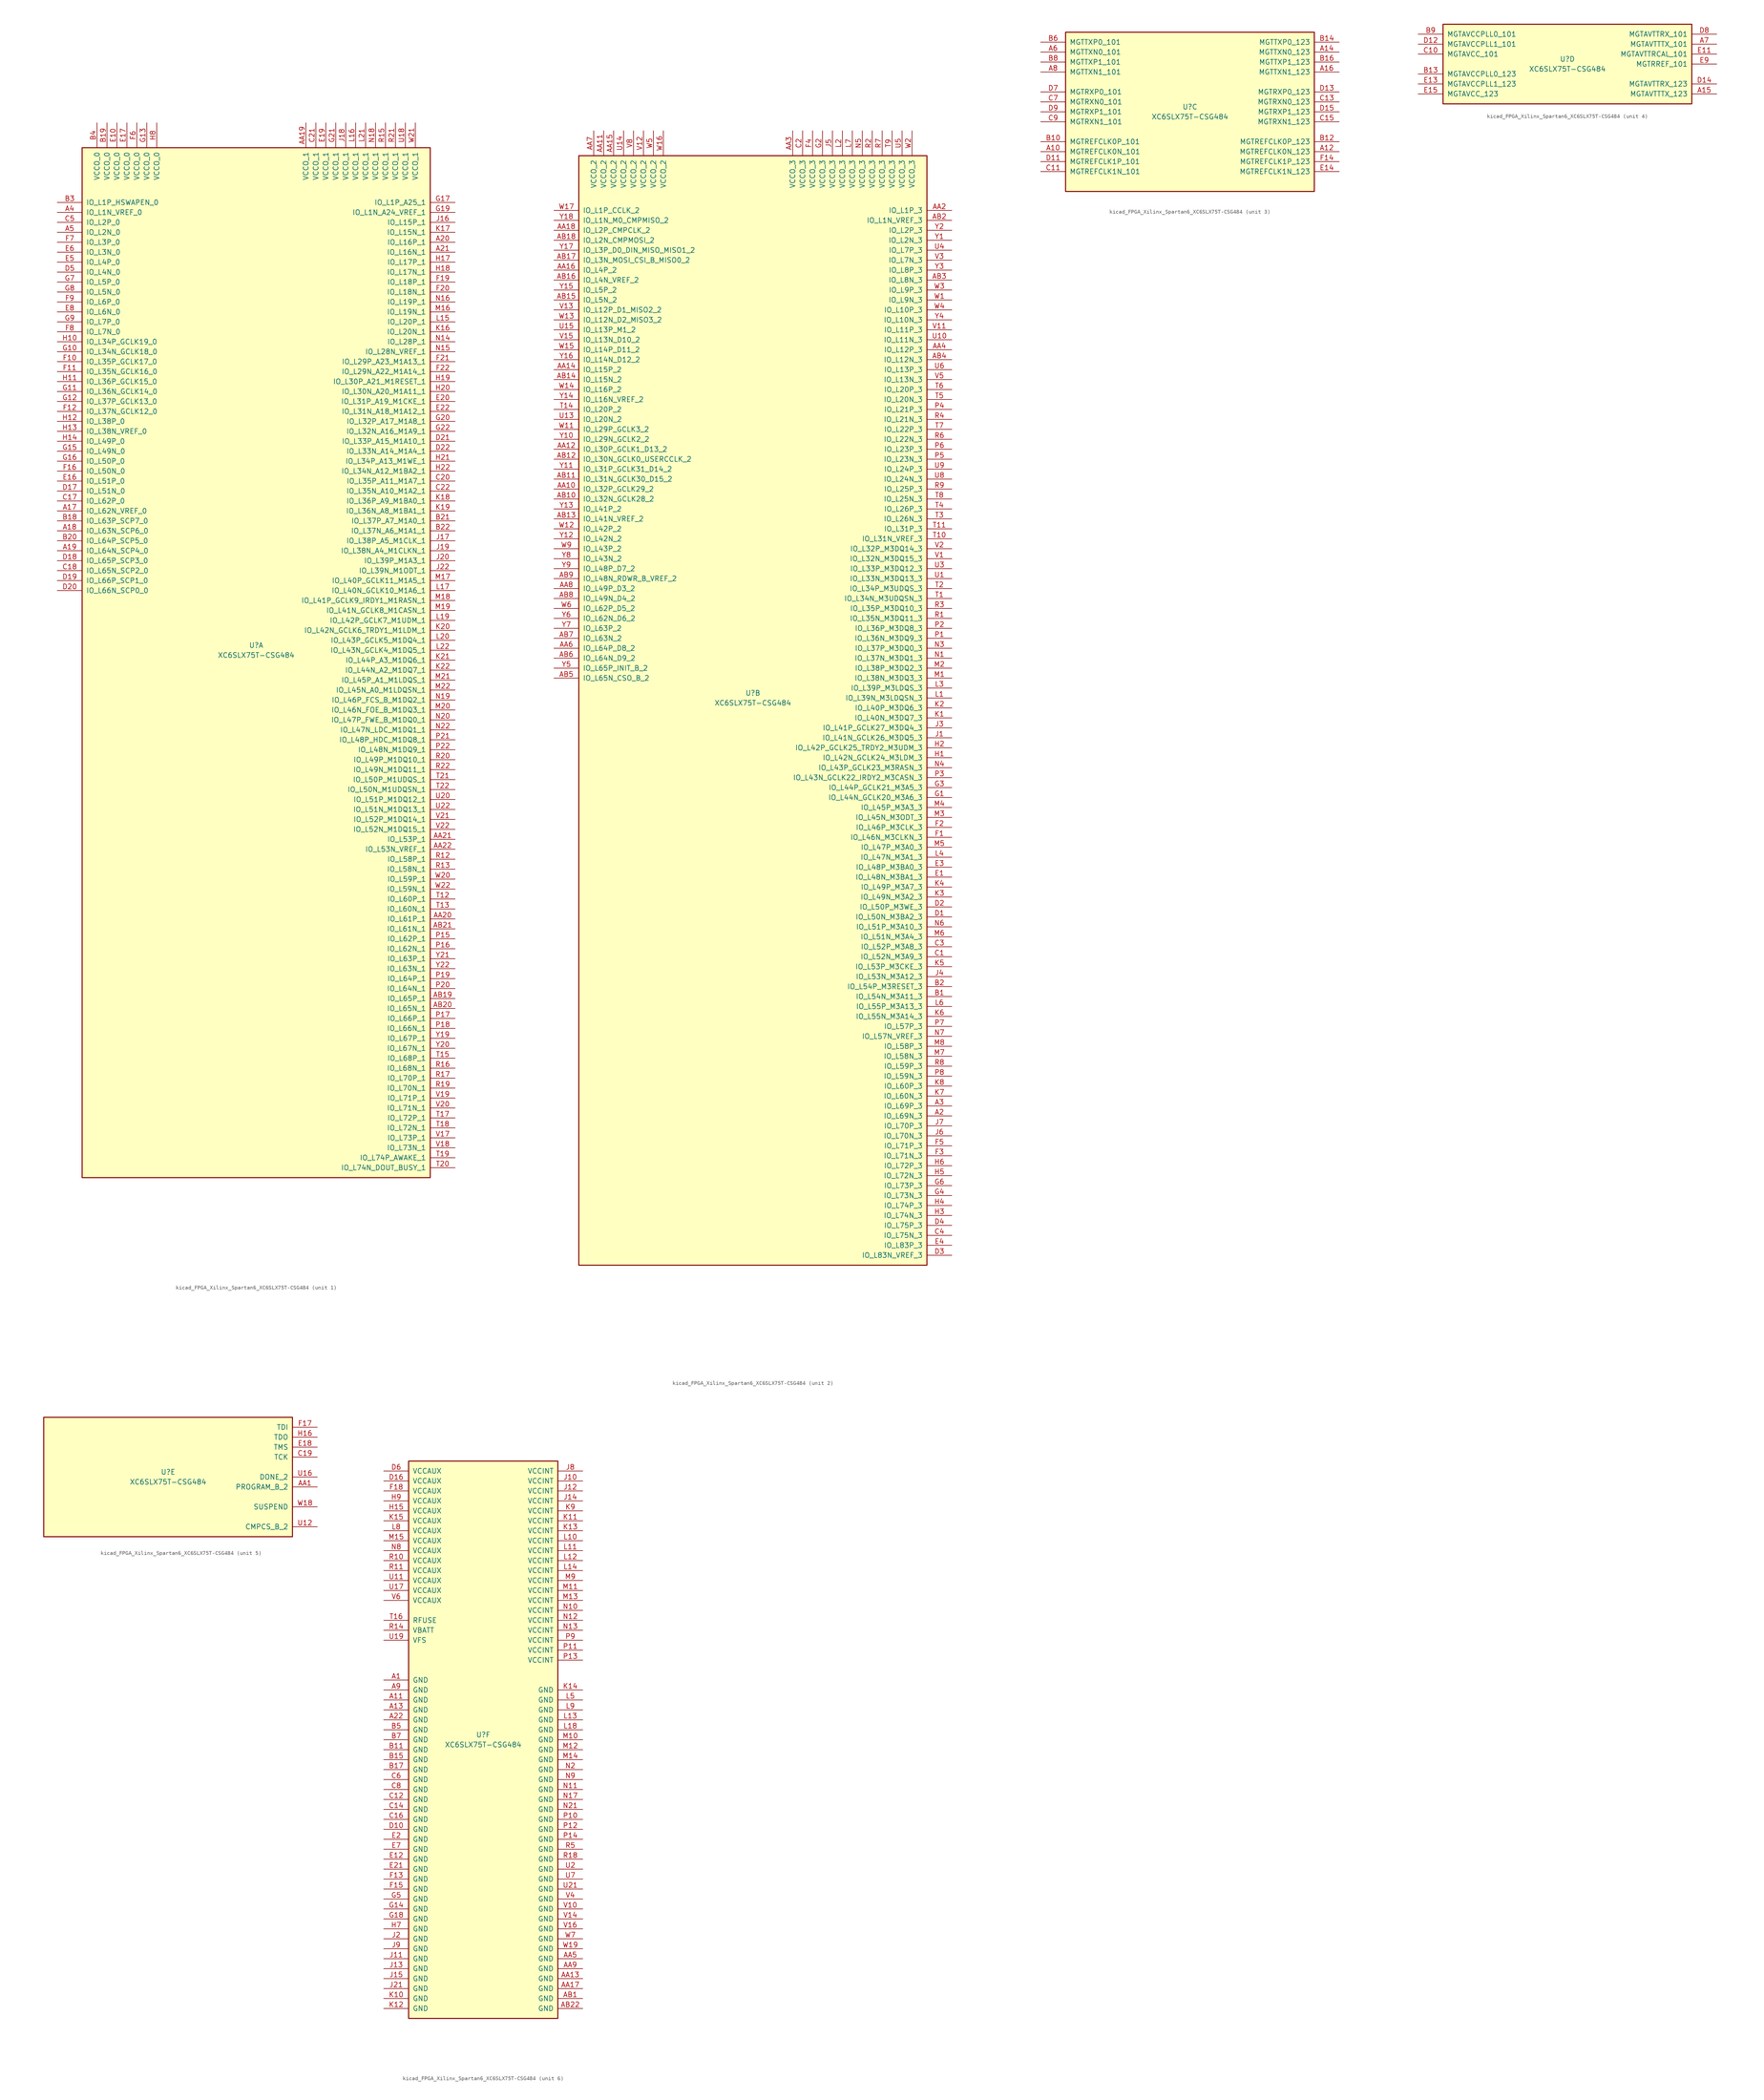
<source format=kicad_sym>
(kicad_symbol_lib
  (version 20220914)
  (generator kicad_symbol_editor)
  (symbol "kicad_FPGA_Xilinx_Spartan6_XC6SLX75T-CSG484"
    (pin_names
      (offset 1.016))
    (property "Reference" "U"
      (at 0 1.27 0)
      (effects (font (size 1.27 1.27))))
    (property "Value" "XC6SLX75T-CSG484"
      (at 0 -1.27 0)
      (effects (font (size 1.27 1.27))))
    (property "Datasheet" ""
      (at 0 0 0)
      (effects (font (size 1.27 1.27))))
    (property "ki_locked" ""
      (at 0 0 0)
      (effects (font (size 1.27 1.27))))
    (symbol "kicad_FPGA_Xilinx_Spartan6_XC6SLX75T-CSG484_1_1"
      (rectangle (start -44.45 128.27) (end 44.45 -134.62) (stroke (width 0.254) (type default)) (fill (type background)))
      (pin bidirectional line (at -50.8 35.56 0) (length 6.35) (name "IO_L62N_VREF_0" (effects (font (size 1.27 1.27)))) (number "A17" (effects (font (size 1.27 1.27)))))
      (pin bidirectional line (at -50.8 30.48 0) (length 6.35) (name "IO_L63N_SCP6_0" (effects (font (size 1.27 1.27)))) (number "A18" (effects (font (size 1.27 1.27)))))
      (pin bidirectional line (at -50.8 25.4 0) (length 6.35) (name "IO_L64N_SCP4_0" (effects (font (size 1.27 1.27)))) (number "A19" (effects (font (size 1.27 1.27)))))
      (pin bidirectional line (at 50.8 104.14 180) (length 6.35) (name "IO_L16P_1" (effects (font (size 1.27 1.27)))) (number "A20" (effects (font (size 1.27 1.27)))))
      (pin bidirectional line (at 50.8 101.6 180) (length 6.35) (name "IO_L16N_1" (effects (font (size 1.27 1.27)))) (number "A21" (effects (font (size 1.27 1.27)))))
      (pin bidirectional line (at -50.8 111.76 0) (length 6.35) (name "IO_L1N_VREF_0" (effects (font (size 1.27 1.27)))) (number "A4" (effects (font (size 1.27 1.27)))))
      (pin bidirectional line (at -50.8 106.68 0) (length 6.35) (name "IO_L2N_0" (effects (font (size 1.27 1.27)))) (number "A5" (effects (font (size 1.27 1.27)))))
      (pin power_in line (at 12.7 134.62 270) (length 6.35) (name "VCCO_1" (effects (font (size 1.27 1.27)))) (number "AA19" (effects (font (size 1.27 1.27)))))
      (pin bidirectional line (at 50.8 -68.58 180) (length 6.35) (name "IO_L61P_1" (effects (font (size 1.27 1.27)))) (number "AA20" (effects (font (size 1.27 1.27)))))
      (pin bidirectional line (at 50.8 -48.26 180) (length 6.35) (name "IO_L53P_1" (effects (font (size 1.27 1.27)))) (number "AA21" (effects (font (size 1.27 1.27)))))
      (pin bidirectional line (at 50.8 -50.8 180) (length 6.35) (name "IO_L53N_VREF_1" (effects (font (size 1.27 1.27)))) (number "AA22" (effects (font (size 1.27 1.27)))))
      (pin bidirectional line (at 50.8 -88.9 180) (length 6.35) (name "IO_L65P_1" (effects (font (size 1.27 1.27)))) (number "AB19" (effects (font (size 1.27 1.27)))))
      (pin bidirectional line (at 50.8 -91.44 180) (length 6.35) (name "IO_L65N_1" (effects (font (size 1.27 1.27)))) (number "AB20" (effects (font (size 1.27 1.27)))))
      (pin bidirectional line (at 50.8 -71.12 180) (length 6.35) (name "IO_L61N_1" (effects (font (size 1.27 1.27)))) (number "AB21" (effects (font (size 1.27 1.27)))))
      (pin bidirectional line (at -50.8 33.02 0) (length 6.35) (name "IO_L63P_SCP7_0" (effects (font (size 1.27 1.27)))) (number "B18" (effects (font (size 1.27 1.27)))))
      (pin power_in line (at -38.1 134.62 270) (length 6.35) (name "VCCO_0" (effects (font (size 1.27 1.27)))) (number "B19" (effects (font (size 1.27 1.27)))))
      (pin bidirectional line (at -50.8 27.94 0) (length 6.35) (name "IO_L64P_SCP5_0" (effects (font (size 1.27 1.27)))) (number "B20" (effects (font (size 1.27 1.27)))))
      (pin bidirectional line (at 50.8 33.02 180) (length 6.35) (name "IO_L37P_A7_M1A0_1" (effects (font (size 1.27 1.27)))) (number "B21" (effects (font (size 1.27 1.27)))))
      (pin bidirectional line (at 50.8 30.48 180) (length 6.35) (name "IO_L37N_A6_M1A1_1" (effects (font (size 1.27 1.27)))) (number "B22" (effects (font (size 1.27 1.27)))))
      (pin bidirectional line (at -50.8 114.3 0) (length 6.35) (name "IO_L1P_HSWAPEN_0" (effects (font (size 1.27 1.27)))) (number "B3" (effects (font (size 1.27 1.27)))))
      (pin power_in line (at -40.64 134.62 270) (length 6.35) (name "VCCO_0" (effects (font (size 1.27 1.27)))) (number "B4" (effects (font (size 1.27 1.27)))))
      (pin bidirectional line (at -50.8 38.1 0) (length 6.35) (name "IO_L62P_0" (effects (font (size 1.27 1.27)))) (number "C17" (effects (font (size 1.27 1.27)))))
      (pin bidirectional line (at -50.8 20.32 0) (length 6.35) (name "IO_L65N_SCP2_0" (effects (font (size 1.27 1.27)))) (number "C18" (effects (font (size 1.27 1.27)))))
      (pin bidirectional line (at 50.8 43.18 180) (length 6.35) (name "IO_L35P_A11_M1A7_1" (effects (font (size 1.27 1.27)))) (number "C20" (effects (font (size 1.27 1.27)))))
      (pin power_in line (at 15.24 134.62 270) (length 6.35) (name "VCCO_1" (effects (font (size 1.27 1.27)))) (number "C21" (effects (font (size 1.27 1.27)))))
      (pin bidirectional line (at 50.8 40.64 180) (length 6.35) (name "IO_L35N_A10_M1A2_1" (effects (font (size 1.27 1.27)))) (number "C22" (effects (font (size 1.27 1.27)))))
      (pin bidirectional line (at -50.8 109.22 0) (length 6.35) (name "IO_L2P_0" (effects (font (size 1.27 1.27)))) (number "C5" (effects (font (size 1.27 1.27)))))
      (pin bidirectional line (at -50.8 40.64 0) (length 6.35) (name "IO_L51N_0" (effects (font (size 1.27 1.27)))) (number "D17" (effects (font (size 1.27 1.27)))))
      (pin bidirectional line (at -50.8 22.86 0) (length 6.35) (name "IO_L65P_SCP3_0" (effects (font (size 1.27 1.27)))) (number "D18" (effects (font (size 1.27 1.27)))))
      (pin bidirectional line (at -50.8 17.78 0) (length 6.35) (name "IO_L66P_SCP1_0" (effects (font (size 1.27 1.27)))) (number "D19" (effects (font (size 1.27 1.27)))))
      (pin bidirectional line (at -50.8 15.24 0) (length 6.35) (name "IO_L66N_SCP0_0" (effects (font (size 1.27 1.27)))) (number "D20" (effects (font (size 1.27 1.27)))))
      (pin bidirectional line (at 50.8 53.34 180) (length 6.35) (name "IO_L33P_A15_M1A10_1" (effects (font (size 1.27 1.27)))) (number "D21" (effects (font (size 1.27 1.27)))))
      (pin bidirectional line (at 50.8 50.8 180) (length 6.35) (name "IO_L33N_A14_M1A4_1" (effects (font (size 1.27 1.27)))) (number "D22" (effects (font (size 1.27 1.27)))))
      (pin bidirectional line (at -50.8 96.52 0) (length 6.35) (name "IO_L4N_0" (effects (font (size 1.27 1.27)))) (number "D5" (effects (font (size 1.27 1.27)))))
      (pin power_in line (at -35.56 134.62 270) (length 6.35) (name "VCCO_0" (effects (font (size 1.27 1.27)))) (number "E10" (effects (font (size 1.27 1.27)))))
      (pin bidirectional line (at -50.8 43.18 0) (length 6.35) (name "IO_L51P_0" (effects (font (size 1.27 1.27)))) (number "E16" (effects (font (size 1.27 1.27)))))
      (pin power_in line (at -33.02 134.62 270) (length 6.35) (name "VCCO_0" (effects (font (size 1.27 1.27)))) (number "E17" (effects (font (size 1.27 1.27)))))
      (pin power_in line (at 17.78 134.62 270) (length 6.35) (name "VCCO_1" (effects (font (size 1.27 1.27)))) (number "E19" (effects (font (size 1.27 1.27)))))
      (pin bidirectional line (at 50.8 63.5 180) (length 6.35) (name "IO_L31P_A19_M1CKE_1" (effects (font (size 1.27 1.27)))) (number "E20" (effects (font (size 1.27 1.27)))))
      (pin bidirectional line (at 50.8 60.96 180) (length 6.35) (name "IO_L31N_A18_M1A12_1" (effects (font (size 1.27 1.27)))) (number "E22" (effects (font (size 1.27 1.27)))))
      (pin bidirectional line (at -50.8 99.06 0) (length 6.35) (name "IO_L4P_0" (effects (font (size 1.27 1.27)))) (number "E5" (effects (font (size 1.27 1.27)))))
      (pin bidirectional line (at -50.8 101.6 0) (length 6.35) (name "IO_L3N_0" (effects (font (size 1.27 1.27)))) (number "E6" (effects (font (size 1.27 1.27)))))
      (pin bidirectional line (at -50.8 86.36 0) (length 6.35) (name "IO_L6N_0" (effects (font (size 1.27 1.27)))) (number "E8" (effects (font (size 1.27 1.27)))))
      (pin bidirectional line (at -50.8 73.66 0) (length 6.35) (name "IO_L35P_GCLK17_0" (effects (font (size 1.27 1.27)))) (number "F10" (effects (font (size 1.27 1.27)))))
      (pin bidirectional line (at -50.8 71.12 0) (length 6.35) (name "IO_L35N_GCLK16_0" (effects (font (size 1.27 1.27)))) (number "F11" (effects (font (size 1.27 1.27)))))
      (pin bidirectional line (at -50.8 60.96 0) (length 6.35) (name "IO_L37N_GCLK12_0" (effects (font (size 1.27 1.27)))) (number "F12" (effects (font (size 1.27 1.27)))))
      (pin bidirectional line (at -50.8 45.72 0) (length 6.35) (name "IO_L50N_0" (effects (font (size 1.27 1.27)))) (number "F16" (effects (font (size 1.27 1.27)))))
      (pin bidirectional line (at 50.8 93.98 180) (length 6.35) (name "IO_L18P_1" (effects (font (size 1.27 1.27)))) (number "F19" (effects (font (size 1.27 1.27)))))
      (pin bidirectional line (at 50.8 91.44 180) (length 6.35) (name "IO_L18N_1" (effects (font (size 1.27 1.27)))) (number "F20" (effects (font (size 1.27 1.27)))))
      (pin bidirectional line (at 50.8 73.66 180) (length 6.35) (name "IO_L29P_A23_M1A13_1" (effects (font (size 1.27 1.27)))) (number "F21" (effects (font (size 1.27 1.27)))))
      (pin bidirectional line (at 50.8 71.12 180) (length 6.35) (name "IO_L29N_A22_M1A14_1" (effects (font (size 1.27 1.27)))) (number "F22" (effects (font (size 1.27 1.27)))))
      (pin power_in line (at -30.48 134.62 270) (length 6.35) (name "VCCO_0" (effects (font (size 1.27 1.27)))) (number "F6" (effects (font (size 1.27 1.27)))))
      (pin bidirectional line (at -50.8 104.14 0) (length 6.35) (name "IO_L3P_0" (effects (font (size 1.27 1.27)))) (number "F7" (effects (font (size 1.27 1.27)))))
      (pin bidirectional line (at -50.8 81.28 0) (length 6.35) (name "IO_L7N_0" (effects (font (size 1.27 1.27)))) (number "F8" (effects (font (size 1.27 1.27)))))
      (pin bidirectional line (at -50.8 88.9 0) (length 6.35) (name "IO_L6P_0" (effects (font (size 1.27 1.27)))) (number "F9" (effects (font (size 1.27 1.27)))))
      (pin bidirectional line (at -50.8 76.2 0) (length 6.35) (name "IO_L34N_GCLK18_0" (effects (font (size 1.27 1.27)))) (number "G10" (effects (font (size 1.27 1.27)))))
      (pin bidirectional line (at -50.8 66.04 0) (length 6.35) (name "IO_L36N_GCLK14_0" (effects (font (size 1.27 1.27)))) (number "G11" (effects (font (size 1.27 1.27)))))
      (pin bidirectional line (at -50.8 63.5 0) (length 6.35) (name "IO_L37P_GCLK13_0" (effects (font (size 1.27 1.27)))) (number "G12" (effects (font (size 1.27 1.27)))))
      (pin power_in line (at -27.94 134.62 270) (length 6.35) (name "VCCO_0" (effects (font (size 1.27 1.27)))) (number "G13" (effects (font (size 1.27 1.27)))))
      (pin bidirectional line (at -50.8 50.8 0) (length 6.35) (name "IO_L49N_0" (effects (font (size 1.27 1.27)))) (number "G15" (effects (font (size 1.27 1.27)))))
      (pin bidirectional line (at -50.8 48.26 0) (length 6.35) (name "IO_L50P_0" (effects (font (size 1.27 1.27)))) (number "G16" (effects (font (size 1.27 1.27)))))
      (pin bidirectional line (at 50.8 114.3 180) (length 6.35) (name "IO_L1P_A25_1" (effects (font (size 1.27 1.27)))) (number "G17" (effects (font (size 1.27 1.27)))))
      (pin bidirectional line (at 50.8 111.76 180) (length 6.35) (name "IO_L1N_A24_VREF_1" (effects (font (size 1.27 1.27)))) (number "G19" (effects (font (size 1.27 1.27)))))
      (pin bidirectional line (at 50.8 58.42 180) (length 6.35) (name "IO_L32P_A17_M1A8_1" (effects (font (size 1.27 1.27)))) (number "G20" (effects (font (size 1.27 1.27)))))
      (pin power_in line (at 20.32 134.62 270) (length 6.35) (name "VCCO_1" (effects (font (size 1.27 1.27)))) (number "G21" (effects (font (size 1.27 1.27)))))
      (pin bidirectional line (at 50.8 55.88 180) (length 6.35) (name "IO_L32N_A16_M1A9_1" (effects (font (size 1.27 1.27)))) (number "G22" (effects (font (size 1.27 1.27)))))
      (pin bidirectional line (at -50.8 93.98 0) (length 6.35) (name "IO_L5P_0" (effects (font (size 1.27 1.27)))) (number "G7" (effects (font (size 1.27 1.27)))))
      (pin bidirectional line (at -50.8 91.44 0) (length 6.35) (name "IO_L5N_0" (effects (font (size 1.27 1.27)))) (number "G8" (effects (font (size 1.27 1.27)))))
      (pin bidirectional line (at -50.8 83.82 0) (length 6.35) (name "IO_L7P_0" (effects (font (size 1.27 1.27)))) (number "G9" (effects (font (size 1.27 1.27)))))
      (pin bidirectional line (at -50.8 78.74 0) (length 6.35) (name "IO_L34P_GCLK19_0" (effects (font (size 1.27 1.27)))) (number "H10" (effects (font (size 1.27 1.27)))))
      (pin bidirectional line (at -50.8 68.58 0) (length 6.35) (name "IO_L36P_GCLK15_0" (effects (font (size 1.27 1.27)))) (number "H11" (effects (font (size 1.27 1.27)))))
      (pin bidirectional line (at -50.8 58.42 0) (length 6.35) (name "IO_L38P_0" (effects (font (size 1.27 1.27)))) (number "H12" (effects (font (size 1.27 1.27)))))
      (pin bidirectional line (at -50.8 55.88 0) (length 6.35) (name "IO_L38N_VREF_0" (effects (font (size 1.27 1.27)))) (number "H13" (effects (font (size 1.27 1.27)))))
      (pin bidirectional line (at -50.8 53.34 0) (length 6.35) (name "IO_L49P_0" (effects (font (size 1.27 1.27)))) (number "H14" (effects (font (size 1.27 1.27)))))
      (pin bidirectional line (at 50.8 99.06 180) (length 6.35) (name "IO_L17P_1" (effects (font (size 1.27 1.27)))) (number "H17" (effects (font (size 1.27 1.27)))))
      (pin bidirectional line (at 50.8 96.52 180) (length 6.35) (name "IO_L17N_1" (effects (font (size 1.27 1.27)))) (number "H18" (effects (font (size 1.27 1.27)))))
      (pin bidirectional line (at 50.8 68.58 180) (length 6.35) (name "IO_L30P_A21_M1RESET_1" (effects (font (size 1.27 1.27)))) (number "H19" (effects (font (size 1.27 1.27)))))
      (pin bidirectional line (at 50.8 66.04 180) (length 6.35) (name "IO_L30N_A20_M1A11_1" (effects (font (size 1.27 1.27)))) (number "H20" (effects (font (size 1.27 1.27)))))
      (pin bidirectional line (at 50.8 48.26 180) (length 6.35) (name "IO_L34P_A13_M1WE_1" (effects (font (size 1.27 1.27)))) (number "H21" (effects (font (size 1.27 1.27)))))
      (pin bidirectional line (at 50.8 45.72 180) (length 6.35) (name "IO_L34N_A12_M1BA2_1" (effects (font (size 1.27 1.27)))) (number "H22" (effects (font (size 1.27 1.27)))))
      (pin power_in line (at -25.4 134.62 270) (length 6.35) (name "VCCO_0" (effects (font (size 1.27 1.27)))) (number "H8" (effects (font (size 1.27 1.27)))))
      (pin bidirectional line (at 50.8 109.22 180) (length 6.35) (name "IO_L15P_1" (effects (font (size 1.27 1.27)))) (number "J16" (effects (font (size 1.27 1.27)))))
      (pin bidirectional line (at 50.8 27.94 180) (length 6.35) (name "IO_L38P_A5_M1CLK_1" (effects (font (size 1.27 1.27)))) (number "J17" (effects (font (size 1.27 1.27)))))
      (pin power_in line (at 22.86 134.62 270) (length 6.35) (name "VCCO_1" (effects (font (size 1.27 1.27)))) (number "J18" (effects (font (size 1.27 1.27)))))
      (pin bidirectional line (at 50.8 25.4 180) (length 6.35) (name "IO_L38N_A4_M1CLKN_1" (effects (font (size 1.27 1.27)))) (number "J19" (effects (font (size 1.27 1.27)))))
      (pin bidirectional line (at 50.8 22.86 180) (length 6.35) (name "IO_L39P_M1A3_1" (effects (font (size 1.27 1.27)))) (number "J20" (effects (font (size 1.27 1.27)))))
      (pin bidirectional line (at 50.8 20.32 180) (length 6.35) (name "IO_L39N_M1ODT_1" (effects (font (size 1.27 1.27)))) (number "J22" (effects (font (size 1.27 1.27)))))
      (pin bidirectional line (at 50.8 81.28 180) (length 6.35) (name "IO_L20N_1" (effects (font (size 1.27 1.27)))) (number "K16" (effects (font (size 1.27 1.27)))))
      (pin bidirectional line (at 50.8 106.68 180) (length 6.35) (name "IO_L15N_1" (effects (font (size 1.27 1.27)))) (number "K17" (effects (font (size 1.27 1.27)))))
      (pin bidirectional line (at 50.8 38.1 180) (length 6.35) (name "IO_L36P_A9_M1BA0_1" (effects (font (size 1.27 1.27)))) (number "K18" (effects (font (size 1.27 1.27)))))
      (pin bidirectional line (at 50.8 35.56 180) (length 6.35) (name "IO_L36N_A8_M1BA1_1" (effects (font (size 1.27 1.27)))) (number "K19" (effects (font (size 1.27 1.27)))))
      (pin bidirectional line (at 50.8 5.08 180) (length 6.35) (name "IO_L42N_GCLK6_TRDY1_M1LDM_1" (effects (font (size 1.27 1.27)))) (number "K20" (effects (font (size 1.27 1.27)))))
      (pin bidirectional line (at 50.8 -2.54 180) (length 6.35) (name "IO_L44P_A3_M1DQ6_1" (effects (font (size 1.27 1.27)))) (number "K21" (effects (font (size 1.27 1.27)))))
      (pin bidirectional line (at 50.8 -5.08 180) (length 6.35) (name "IO_L44N_A2_M1DQ7_1" (effects (font (size 1.27 1.27)))) (number "K22" (effects (font (size 1.27 1.27)))))
      (pin bidirectional line (at 50.8 83.82 180) (length 6.35) (name "IO_L20P_1" (effects (font (size 1.27 1.27)))) (number "L15" (effects (font (size 1.27 1.27)))))
      (pin power_in line (at 25.4 134.62 270) (length 6.35) (name "VCCO_1" (effects (font (size 1.27 1.27)))) (number "L16" (effects (font (size 1.27 1.27)))))
      (pin bidirectional line (at 50.8 15.24 180) (length 6.35) (name "IO_L40N_GCLK10_M1A6_1" (effects (font (size 1.27 1.27)))) (number "L17" (effects (font (size 1.27 1.27)))))
      (pin bidirectional line (at 50.8 7.62 180) (length 6.35) (name "IO_L42P_GCLK7_M1UDM_1" (effects (font (size 1.27 1.27)))) (number "L19" (effects (font (size 1.27 1.27)))))
      (pin bidirectional line (at 50.8 2.54 180) (length 6.35) (name "IO_L43P_GCLK5_M1DQ4_1" (effects (font (size 1.27 1.27)))) (number "L20" (effects (font (size 1.27 1.27)))))
      (pin power_in line (at 27.94 134.62 270) (length 6.35) (name "VCCO_1" (effects (font (size 1.27 1.27)))) (number "L21" (effects (font (size 1.27 1.27)))))
      (pin bidirectional line (at 50.8 0 180) (length 6.35) (name "IO_L43N_GCLK4_M1DQ5_1" (effects (font (size 1.27 1.27)))) (number "L22" (effects (font (size 1.27 1.27)))))
      (pin bidirectional line (at 50.8 86.36 180) (length 6.35) (name "IO_L19N_1" (effects (font (size 1.27 1.27)))) (number "M16" (effects (font (size 1.27 1.27)))))
      (pin bidirectional line (at 50.8 17.78 180) (length 6.35) (name "IO_L40P_GCLK11_M1A5_1" (effects (font (size 1.27 1.27)))) (number "M17" (effects (font (size 1.27 1.27)))))
      (pin bidirectional line (at 50.8 12.7 180) (length 6.35) (name "IO_L41P_GCLK9_IRDY1_M1RASN_1" (effects (font (size 1.27 1.27)))) (number "M18" (effects (font (size 1.27 1.27)))))
      (pin bidirectional line (at 50.8 10.16 180) (length 6.35) (name "IO_L41N_GCLK8_M1CASN_1" (effects (font (size 1.27 1.27)))) (number "M19" (effects (font (size 1.27 1.27)))))
      (pin bidirectional line (at 50.8 -15.24 180) (length 6.35) (name "IO_L46N_FOE_B_M1DQ3_1" (effects (font (size 1.27 1.27)))) (number "M20" (effects (font (size 1.27 1.27)))))
      (pin bidirectional line (at 50.8 -7.62 180) (length 6.35) (name "IO_L45P_A1_M1LDQS_1" (effects (font (size 1.27 1.27)))) (number "M21" (effects (font (size 1.27 1.27)))))
      (pin bidirectional line (at 50.8 -10.16 180) (length 6.35) (name "IO_L45N_A0_M1LDQSN_1" (effects (font (size 1.27 1.27)))) (number "M22" (effects (font (size 1.27 1.27)))))
      (pin bidirectional line (at 50.8 78.74 180) (length 6.35) (name "IO_L28P_1" (effects (font (size 1.27 1.27)))) (number "N14" (effects (font (size 1.27 1.27)))))
      (pin bidirectional line (at 50.8 76.2 180) (length 6.35) (name "IO_L28N_VREF_1" (effects (font (size 1.27 1.27)))) (number "N15" (effects (font (size 1.27 1.27)))))
      (pin bidirectional line (at 50.8 88.9 180) (length 6.35) (name "IO_L19P_1" (effects (font (size 1.27 1.27)))) (number "N16" (effects (font (size 1.27 1.27)))))
      (pin power_in line (at 30.48 134.62 270) (length 6.35) (name "VCCO_1" (effects (font (size 1.27 1.27)))) (number "N18" (effects (font (size 1.27 1.27)))))
      (pin bidirectional line (at 50.8 -12.7 180) (length 6.35) (name "IO_L46P_FCS_B_M1DQ2_1" (effects (font (size 1.27 1.27)))) (number "N19" (effects (font (size 1.27 1.27)))))
      (pin bidirectional line (at 50.8 -17.78 180) (length 6.35) (name "IO_L47P_FWE_B_M1DQ0_1" (effects (font (size 1.27 1.27)))) (number "N20" (effects (font (size 1.27 1.27)))))
      (pin bidirectional line (at 50.8 -20.32 180) (length 6.35) (name "IO_L47N_LDC_M1DQ1_1" (effects (font (size 1.27 1.27)))) (number "N22" (effects (font (size 1.27 1.27)))))
      (pin bidirectional line (at 50.8 -73.66 180) (length 6.35) (name "IO_L62P_1" (effects (font (size 1.27 1.27)))) (number "P15" (effects (font (size 1.27 1.27)))))
      (pin bidirectional line (at 50.8 -76.2 180) (length 6.35) (name "IO_L62N_1" (effects (font (size 1.27 1.27)))) (number "P16" (effects (font (size 1.27 1.27)))))
      (pin bidirectional line (at 50.8 -93.98 180) (length 6.35) (name "IO_L66P_1" (effects (font (size 1.27 1.27)))) (number "P17" (effects (font (size 1.27 1.27)))))
      (pin bidirectional line (at 50.8 -96.52 180) (length 6.35) (name "IO_L66N_1" (effects (font (size 1.27 1.27)))) (number "P18" (effects (font (size 1.27 1.27)))))
      (pin bidirectional line (at 50.8 -83.82 180) (length 6.35) (name "IO_L64P_1" (effects (font (size 1.27 1.27)))) (number "P19" (effects (font (size 1.27 1.27)))))
      (pin bidirectional line (at 50.8 -86.36 180) (length 6.35) (name "IO_L64N_1" (effects (font (size 1.27 1.27)))) (number "P20" (effects (font (size 1.27 1.27)))))
      (pin bidirectional line (at 50.8 -22.86 180) (length 6.35) (name "IO_L48P_HDC_M1DQ8_1" (effects (font (size 1.27 1.27)))) (number "P21" (effects (font (size 1.27 1.27)))))
      (pin bidirectional line (at 50.8 -25.4 180) (length 6.35) (name "IO_L48N_M1DQ9_1" (effects (font (size 1.27 1.27)))) (number "P22" (effects (font (size 1.27 1.27)))))
      (pin bidirectional line (at 50.8 -53.34 180) (length 6.35) (name "IO_L58P_1" (effects (font (size 1.27 1.27)))) (number "R12" (effects (font (size 1.27 1.27)))))
      (pin bidirectional line (at 50.8 -55.88 180) (length 6.35) (name "IO_L58N_1" (effects (font (size 1.27 1.27)))) (number "R13" (effects (font (size 1.27 1.27)))))
      (pin power_in line (at 33.02 134.62 270) (length 6.35) (name "VCCO_1" (effects (font (size 1.27 1.27)))) (number "R15" (effects (font (size 1.27 1.27)))))
      (pin bidirectional line (at 50.8 -106.68 180) (length 6.35) (name "IO_L68N_1" (effects (font (size 1.27 1.27)))) (number "R16" (effects (font (size 1.27 1.27)))))
      (pin bidirectional line (at 50.8 -109.22 180) (length 6.35) (name "IO_L70P_1" (effects (font (size 1.27 1.27)))) (number "R17" (effects (font (size 1.27 1.27)))))
      (pin bidirectional line (at 50.8 -111.76 180) (length 6.35) (name "IO_L70N_1" (effects (font (size 1.27 1.27)))) (number "R19" (effects (font (size 1.27 1.27)))))
      (pin bidirectional line (at 50.8 -27.94 180) (length 6.35) (name "IO_L49P_M1DQ10_1" (effects (font (size 1.27 1.27)))) (number "R20" (effects (font (size 1.27 1.27)))))
      (pin power_in line (at 35.56 134.62 270) (length 6.35) (name "VCCO_1" (effects (font (size 1.27 1.27)))) (number "R21" (effects (font (size 1.27 1.27)))))
      (pin bidirectional line (at 50.8 -30.48 180) (length 6.35) (name "IO_L49N_M1DQ11_1" (effects (font (size 1.27 1.27)))) (number "R22" (effects (font (size 1.27 1.27)))))
      (pin bidirectional line (at 50.8 -63.5 180) (length 6.35) (name "IO_L60P_1" (effects (font (size 1.27 1.27)))) (number "T12" (effects (font (size 1.27 1.27)))))
      (pin bidirectional line (at 50.8 -66.04 180) (length 6.35) (name "IO_L60N_1" (effects (font (size 1.27 1.27)))) (number "T13" (effects (font (size 1.27 1.27)))))
      (pin bidirectional line (at 50.8 -104.14 180) (length 6.35) (name "IO_L68P_1" (effects (font (size 1.27 1.27)))) (number "T15" (effects (font (size 1.27 1.27)))))
      (pin bidirectional line (at 50.8 -119.38 180) (length 6.35) (name "IO_L72P_1" (effects (font (size 1.27 1.27)))) (number "T17" (effects (font (size 1.27 1.27)))))
      (pin bidirectional line (at 50.8 -121.92 180) (length 6.35) (name "IO_L72N_1" (effects (font (size 1.27 1.27)))) (number "T18" (effects (font (size 1.27 1.27)))))
      (pin bidirectional line (at 50.8 -129.54 180) (length 6.35) (name "IO_L74P_AWAKE_1" (effects (font (size 1.27 1.27)))) (number "T19" (effects (font (size 1.27 1.27)))))
      (pin bidirectional line (at 50.8 -132.08 180) (length 6.35) (name "IO_L74N_DOUT_BUSY_1" (effects (font (size 1.27 1.27)))) (number "T20" (effects (font (size 1.27 1.27)))))
      (pin bidirectional line (at 50.8 -33.02 180) (length 6.35) (name "IO_L50P_M1UDQS_1" (effects (font (size 1.27 1.27)))) (number "T21" (effects (font (size 1.27 1.27)))))
      (pin bidirectional line (at 50.8 -35.56 180) (length 6.35) (name "IO_L50N_M1UDQSN_1" (effects (font (size 1.27 1.27)))) (number "T22" (effects (font (size 1.27 1.27)))))
      (pin power_in line (at 38.1 134.62 270) (length 6.35) (name "VCCO_1" (effects (font (size 1.27 1.27)))) (number "U18" (effects (font (size 1.27 1.27)))))
      (pin bidirectional line (at 50.8 -38.1 180) (length 6.35) (name "IO_L51P_M1DQ12_1" (effects (font (size 1.27 1.27)))) (number "U20" (effects (font (size 1.27 1.27)))))
      (pin bidirectional line (at 50.8 -40.64 180) (length 6.35) (name "IO_L51N_M1DQ13_1" (effects (font (size 1.27 1.27)))) (number "U22" (effects (font (size 1.27 1.27)))))
      (pin bidirectional line (at 50.8 -124.46 180) (length 6.35) (name "IO_L73P_1" (effects (font (size 1.27 1.27)))) (number "V17" (effects (font (size 1.27 1.27)))))
      (pin bidirectional line (at 50.8 -127 180) (length 6.35) (name "IO_L73N_1" (effects (font (size 1.27 1.27)))) (number "V18" (effects (font (size 1.27 1.27)))))
      (pin bidirectional line (at 50.8 -114.3 180) (length 6.35) (name "IO_L71P_1" (effects (font (size 1.27 1.27)))) (number "V19" (effects (font (size 1.27 1.27)))))
      (pin bidirectional line (at 50.8 -116.84 180) (length 6.35) (name "IO_L71N_1" (effects (font (size 1.27 1.27)))) (number "V20" (effects (font (size 1.27 1.27)))))
      (pin bidirectional line (at 50.8 -43.18 180) (length 6.35) (name "IO_L52P_M1DQ14_1" (effects (font (size 1.27 1.27)))) (number "V21" (effects (font (size 1.27 1.27)))))
      (pin bidirectional line (at 50.8 -45.72 180) (length 6.35) (name "IO_L52N_M1DQ15_1" (effects (font (size 1.27 1.27)))) (number "V22" (effects (font (size 1.27 1.27)))))
      (pin bidirectional line (at 50.8 -58.42 180) (length 6.35) (name "IO_L59P_1" (effects (font (size 1.27 1.27)))) (number "W20" (effects (font (size 1.27 1.27)))))
      (pin power_in line (at 40.64 134.62 270) (length 6.35) (name "VCCO_1" (effects (font (size 1.27 1.27)))) (number "W21" (effects (font (size 1.27 1.27)))))
      (pin bidirectional line (at 50.8 -60.96 180) (length 6.35) (name "IO_L59N_1" (effects (font (size 1.27 1.27)))) (number "W22" (effects (font (size 1.27 1.27)))))
      (pin bidirectional line (at 50.8 -99.06 180) (length 6.35) (name "IO_L67P_1" (effects (font (size 1.27 1.27)))) (number "Y19" (effects (font (size 1.27 1.27)))))
      (pin bidirectional line (at 50.8 -101.6 180) (length 6.35) (name "IO_L67N_1" (effects (font (size 1.27 1.27)))) (number "Y20" (effects (font (size 1.27 1.27)))))
      (pin bidirectional line (at 50.8 -78.74 180) (length 6.35) (name "IO_L63P_1" (effects (font (size 1.27 1.27)))) (number "Y21" (effects (font (size 1.27 1.27)))))
      (pin bidirectional line (at 50.8 -81.28 180) (length 6.35) (name "IO_L63N_1" (effects (font (size 1.27 1.27)))) (number "Y22" (effects (font (size 1.27 1.27))))))
    (symbol "kicad_FPGA_Xilinx_Spartan6_XC6SLX75T-CSG484_2_1"
      (rectangle (start -44.45 138.43) (end 44.45 -144.78) (stroke (width 0.254) (type default)) (fill (type background)))
      (pin bidirectional line (at 50.8 -106.68 180) (length 6.35) (name "IO_L69N_3" (effects (font (size 1.27 1.27)))) (number "A2" (effects (font (size 1.27 1.27)))))
      (pin bidirectional line (at 50.8 -104.14 180) (length 6.35) (name "IO_L69P_3" (effects (font (size 1.27 1.27)))) (number "A3" (effects (font (size 1.27 1.27)))))
      (pin bidirectional line (at -50.8 53.34 0) (length 6.35) (name "IO_L32P_GCLK29_2" (effects (font (size 1.27 1.27)))) (number "AA10" (effects (font (size 1.27 1.27)))))
      (pin power_in line (at -38.1 144.78 270) (length 6.35) (name "VCCO_2" (effects (font (size 1.27 1.27)))) (number "AA11" (effects (font (size 1.27 1.27)))))
      (pin bidirectional line (at -50.8 63.5 0) (length 6.35) (name "IO_L30P_GCLK1_D13_2" (effects (font (size 1.27 1.27)))) (number "AA12" (effects (font (size 1.27 1.27)))))
      (pin bidirectional line (at -50.8 83.82 0) (length 6.35) (name "IO_L15P_2" (effects (font (size 1.27 1.27)))) (number "AA14" (effects (font (size 1.27 1.27)))))
      (pin power_in line (at -35.56 144.78 270) (length 6.35) (name "VCCO_2" (effects (font (size 1.27 1.27)))) (number "AA15" (effects (font (size 1.27 1.27)))))
      (pin bidirectional line (at -50.8 109.22 0) (length 6.35) (name "IO_L4P_2" (effects (font (size 1.27 1.27)))) (number "AA16" (effects (font (size 1.27 1.27)))))
      (pin bidirectional line (at -50.8 119.38 0) (length 6.35) (name "IO_L2P_CMPCLK_2" (effects (font (size 1.27 1.27)))) (number "AA18" (effects (font (size 1.27 1.27)))))
      (pin bidirectional line (at 50.8 124.46 180) (length 6.35) (name "IO_L1P_3" (effects (font (size 1.27 1.27)))) (number "AA2" (effects (font (size 1.27 1.27)))))
      (pin power_in line (at 10.16 144.78 270) (length 6.35) (name "VCCO_3" (effects (font (size 1.27 1.27)))) (number "AA3" (effects (font (size 1.27 1.27)))))
      (pin bidirectional line (at 50.8 88.9 180) (length 6.35) (name "IO_L12P_3" (effects (font (size 1.27 1.27)))) (number "AA4" (effects (font (size 1.27 1.27)))))
      (pin bidirectional line (at -50.8 12.7 0) (length 6.35) (name "IO_L64P_D8_2" (effects (font (size 1.27 1.27)))) (number "AA6" (effects (font (size 1.27 1.27)))))
      (pin power_in line (at -40.64 144.78 270) (length 6.35) (name "VCCO_2" (effects (font (size 1.27 1.27)))) (number "AA7" (effects (font (size 1.27 1.27)))))
      (pin bidirectional line (at -50.8 27.94 0) (length 6.35) (name "IO_L49P_D3_2" (effects (font (size 1.27 1.27)))) (number "AA8" (effects (font (size 1.27 1.27)))))
      (pin bidirectional line (at -50.8 50.8 0) (length 6.35) (name "IO_L32N_GCLK28_2" (effects (font (size 1.27 1.27)))) (number "AB10" (effects (font (size 1.27 1.27)))))
      (pin bidirectional line (at -50.8 55.88 0) (length 6.35) (name "IO_L31N_GCLK30_D15_2" (effects (font (size 1.27 1.27)))) (number "AB11" (effects (font (size 1.27 1.27)))))
      (pin bidirectional line (at -50.8 60.96 0) (length 6.35) (name "IO_L30N_GCLK0_USERCCLK_2" (effects (font (size 1.27 1.27)))) (number "AB12" (effects (font (size 1.27 1.27)))))
      (pin bidirectional line (at -50.8 45.72 0) (length 6.35) (name "IO_L41N_VREF_2" (effects (font (size 1.27 1.27)))) (number "AB13" (effects (font (size 1.27 1.27)))))
      (pin bidirectional line (at -50.8 81.28 0) (length 6.35) (name "IO_L15N_2" (effects (font (size 1.27 1.27)))) (number "AB14" (effects (font (size 1.27 1.27)))))
      (pin bidirectional line (at -50.8 101.6 0) (length 6.35) (name "IO_L5N_2" (effects (font (size 1.27 1.27)))) (number "AB15" (effects (font (size 1.27 1.27)))))
      (pin bidirectional line (at -50.8 106.68 0) (length 6.35) (name "IO_L4N_VREF_2" (effects (font (size 1.27 1.27)))) (number "AB16" (effects (font (size 1.27 1.27)))))
      (pin bidirectional line (at -50.8 111.76 0) (length 6.35) (name "IO_L3N_MOSI_CSI_B_MISO0_2" (effects (font (size 1.27 1.27)))) (number "AB17" (effects (font (size 1.27 1.27)))))
      (pin bidirectional line (at -50.8 116.84 0) (length 6.35) (name "IO_L2N_CMPMOSI_2" (effects (font (size 1.27 1.27)))) (number "AB18" (effects (font (size 1.27 1.27)))))
      (pin bidirectional line (at 50.8 121.92 180) (length 6.35) (name "IO_L1N_VREF_3" (effects (font (size 1.27 1.27)))) (number "AB2" (effects (font (size 1.27 1.27)))))
      (pin bidirectional line (at 50.8 106.68 180) (length 6.35) (name "IO_L8N_3" (effects (font (size 1.27 1.27)))) (number "AB3" (effects (font (size 1.27 1.27)))))
      (pin bidirectional line (at 50.8 86.36 180) (length 6.35) (name "IO_L12N_3" (effects (font (size 1.27 1.27)))) (number "AB4" (effects (font (size 1.27 1.27)))))
      (pin bidirectional line (at -50.8 5.08 0) (length 6.35) (name "IO_L65N_CSO_B_2" (effects (font (size 1.27 1.27)))) (number "AB5" (effects (font (size 1.27 1.27)))))
      (pin bidirectional line (at -50.8 10.16 0) (length 6.35) (name "IO_L64N_D9_2" (effects (font (size 1.27 1.27)))) (number "AB6" (effects (font (size 1.27 1.27)))))
      (pin bidirectional line (at -50.8 15.24 0) (length 6.35) (name "IO_L63N_2" (effects (font (size 1.27 1.27)))) (number "AB7" (effects (font (size 1.27 1.27)))))
      (pin bidirectional line (at -50.8 25.4 0) (length 6.35) (name "IO_L49N_D4_2" (effects (font (size 1.27 1.27)))) (number "AB8" (effects (font (size 1.27 1.27)))))
      (pin bidirectional line (at -50.8 30.48 0) (length 6.35) (name "IO_L48N_RDWR_B_VREF_2" (effects (font (size 1.27 1.27)))) (number "AB9" (effects (font (size 1.27 1.27)))))
      (pin bidirectional line (at 50.8 -76.2 180) (length 6.35) (name "IO_L54N_M3A11_3" (effects (font (size 1.27 1.27)))) (number "B1" (effects (font (size 1.27 1.27)))))
      (pin bidirectional line (at 50.8 -73.66 180) (length 6.35) (name "IO_L54P_M3RESET_3" (effects (font (size 1.27 1.27)))) (number "B2" (effects (font (size 1.27 1.27)))))
      (pin bidirectional line (at 50.8 -66.04 180) (length 6.35) (name "IO_L52N_M3A9_3" (effects (font (size 1.27 1.27)))) (number "C1" (effects (font (size 1.27 1.27)))))
      (pin power_in line (at 12.7 144.78 270) (length 6.35) (name "VCCO_3" (effects (font (size 1.27 1.27)))) (number "C2" (effects (font (size 1.27 1.27)))))
      (pin bidirectional line (at 50.8 -63.5 180) (length 6.35) (name "IO_L52P_M3A8_3" (effects (font (size 1.27 1.27)))) (number "C3" (effects (font (size 1.27 1.27)))))
      (pin bidirectional line (at 50.8 -137.16 180) (length 6.35) (name "IO_L75N_3" (effects (font (size 1.27 1.27)))) (number "C4" (effects (font (size 1.27 1.27)))))
      (pin bidirectional line (at 50.8 -55.88 180) (length 6.35) (name "IO_L50N_M3BA2_3" (effects (font (size 1.27 1.27)))) (number "D1" (effects (font (size 1.27 1.27)))))
      (pin bidirectional line (at 50.8 -53.34 180) (length 6.35) (name "IO_L50P_M3WE_3" (effects (font (size 1.27 1.27)))) (number "D2" (effects (font (size 1.27 1.27)))))
      (pin bidirectional line (at 50.8 -142.24 180) (length 6.35) (name "IO_L83N_VREF_3" (effects (font (size 1.27 1.27)))) (number "D3" (effects (font (size 1.27 1.27)))))
      (pin bidirectional line (at 50.8 -134.62 180) (length 6.35) (name "IO_L75P_3" (effects (font (size 1.27 1.27)))) (number "D4" (effects (font (size 1.27 1.27)))))
      (pin bidirectional line (at 50.8 -45.72 180) (length 6.35) (name "IO_L48N_M3BA1_3" (effects (font (size 1.27 1.27)))) (number "E1" (effects (font (size 1.27 1.27)))))
      (pin bidirectional line (at 50.8 -43.18 180) (length 6.35) (name "IO_L48P_M3BA0_3" (effects (font (size 1.27 1.27)))) (number "E3" (effects (font (size 1.27 1.27)))))
      (pin bidirectional line (at 50.8 -139.7 180) (length 6.35) (name "IO_L83P_3" (effects (font (size 1.27 1.27)))) (number "E4" (effects (font (size 1.27 1.27)))))
      (pin bidirectional line (at 50.8 -35.56 180) (length 6.35) (name "IO_L46N_M3CLKN_3" (effects (font (size 1.27 1.27)))) (number "F1" (effects (font (size 1.27 1.27)))))
      (pin bidirectional line (at 50.8 -33.02 180) (length 6.35) (name "IO_L46P_M3CLK_3" (effects (font (size 1.27 1.27)))) (number "F2" (effects (font (size 1.27 1.27)))))
      (pin bidirectional line (at 50.8 -116.84 180) (length 6.35) (name "IO_L71N_3" (effects (font (size 1.27 1.27)))) (number "F3" (effects (font (size 1.27 1.27)))))
      (pin power_in line (at 15.24 144.78 270) (length 6.35) (name "VCCO_3" (effects (font (size 1.27 1.27)))) (number "F4" (effects (font (size 1.27 1.27)))))
      (pin bidirectional line (at 50.8 -114.3 180) (length 6.35) (name "IO_L71P_3" (effects (font (size 1.27 1.27)))) (number "F5" (effects (font (size 1.27 1.27)))))
      (pin bidirectional line (at 50.8 -25.4 180) (length 6.35) (name "IO_L44N_GCLK20_M3A6_3" (effects (font (size 1.27 1.27)))) (number "G1" (effects (font (size 1.27 1.27)))))
      (pin power_in line (at 17.78 144.78 270) (length 6.35) (name "VCCO_3" (effects (font (size 1.27 1.27)))) (number "G2" (effects (font (size 1.27 1.27)))))
      (pin bidirectional line (at 50.8 -22.86 180) (length 6.35) (name "IO_L44P_GCLK21_M3A5_3" (effects (font (size 1.27 1.27)))) (number "G3" (effects (font (size 1.27 1.27)))))
      (pin bidirectional line (at 50.8 -127 180) (length 6.35) (name "IO_L73N_3" (effects (font (size 1.27 1.27)))) (number "G4" (effects (font (size 1.27 1.27)))))
      (pin bidirectional line (at 50.8 -124.46 180) (length 6.35) (name "IO_L73P_3" (effects (font (size 1.27 1.27)))) (number "G6" (effects (font (size 1.27 1.27)))))
      (pin bidirectional line (at 50.8 -15.24 180) (length 6.35) (name "IO_L42N_GCLK24_M3LDM_3" (effects (font (size 1.27 1.27)))) (number "H1" (effects (font (size 1.27 1.27)))))
      (pin bidirectional line (at 50.8 -12.7 180) (length 6.35) (name "IO_L42P_GCLK25_TRDY2_M3UDM_3" (effects (font (size 1.27 1.27)))) (number "H2" (effects (font (size 1.27 1.27)))))
      (pin bidirectional line (at 50.8 -132.08 180) (length 6.35) (name "IO_L74N_3" (effects (font (size 1.27 1.27)))) (number "H3" (effects (font (size 1.27 1.27)))))
      (pin bidirectional line (at 50.8 -129.54 180) (length 6.35) (name "IO_L74P_3" (effects (font (size 1.27 1.27)))) (number "H4" (effects (font (size 1.27 1.27)))))
      (pin bidirectional line (at 50.8 -121.92 180) (length 6.35) (name "IO_L72N_3" (effects (font (size 1.27 1.27)))) (number "H5" (effects (font (size 1.27 1.27)))))
      (pin bidirectional line (at 50.8 -119.38 180) (length 6.35) (name "IO_L72P_3" (effects (font (size 1.27 1.27)))) (number "H6" (effects (font (size 1.27 1.27)))))
      (pin bidirectional line (at 50.8 -10.16 180) (length 6.35) (name "IO_L41N_GCLK26_M3DQ5_3" (effects (font (size 1.27 1.27)))) (number "J1" (effects (font (size 1.27 1.27)))))
      (pin bidirectional line (at 50.8 -7.62 180) (length 6.35) (name "IO_L41P_GCLK27_M3DQ4_3" (effects (font (size 1.27 1.27)))) (number "J3" (effects (font (size 1.27 1.27)))))
      (pin bidirectional line (at 50.8 -71.12 180) (length 6.35) (name "IO_L53N_M3A12_3" (effects (font (size 1.27 1.27)))) (number "J4" (effects (font (size 1.27 1.27)))))
      (pin power_in line (at 20.32 144.78 270) (length 6.35) (name "VCCO_3" (effects (font (size 1.27 1.27)))) (number "J5" (effects (font (size 1.27 1.27)))))
      (pin bidirectional line (at 50.8 -111.76 180) (length 6.35) (name "IO_L70N_3" (effects (font (size 1.27 1.27)))) (number "J6" (effects (font (size 1.27 1.27)))))
      (pin bidirectional line (at 50.8 -109.22 180) (length 6.35) (name "IO_L70P_3" (effects (font (size 1.27 1.27)))) (number "J7" (effects (font (size 1.27 1.27)))))
      (pin bidirectional line (at 50.8 -5.08 180) (length 6.35) (name "IO_L40N_M3DQ7_3" (effects (font (size 1.27 1.27)))) (number "K1" (effects (font (size 1.27 1.27)))))
      (pin bidirectional line (at 50.8 -2.54 180) (length 6.35) (name "IO_L40P_M3DQ6_3" (effects (font (size 1.27 1.27)))) (number "K2" (effects (font (size 1.27 1.27)))))
      (pin bidirectional line (at 50.8 -50.8 180) (length 6.35) (name "IO_L49N_M3A2_3" (effects (font (size 1.27 1.27)))) (number "K3" (effects (font (size 1.27 1.27)))))
      (pin bidirectional line (at 50.8 -48.26 180) (length 6.35) (name "IO_L49P_M3A7_3" (effects (font (size 1.27 1.27)))) (number "K4" (effects (font (size 1.27 1.27)))))
      (pin bidirectional line (at 50.8 -68.58 180) (length 6.35) (name "IO_L53P_M3CKE_3" (effects (font (size 1.27 1.27)))) (number "K5" (effects (font (size 1.27 1.27)))))
      (pin bidirectional line (at 50.8 -81.28 180) (length 6.35) (name "IO_L55N_M3A14_3" (effects (font (size 1.27 1.27)))) (number "K6" (effects (font (size 1.27 1.27)))))
      (pin bidirectional line (at 50.8 -101.6 180) (length 6.35) (name "IO_L60N_3" (effects (font (size 1.27 1.27)))) (number "K7" (effects (font (size 1.27 1.27)))))
      (pin bidirectional line (at 50.8 -99.06 180) (length 6.35) (name "IO_L60P_3" (effects (font (size 1.27 1.27)))) (number "K8" (effects (font (size 1.27 1.27)))))
      (pin bidirectional line (at 50.8 0 180) (length 6.35) (name "IO_L39N_M3LDQSN_3" (effects (font (size 1.27 1.27)))) (number "L1" (effects (font (size 1.27 1.27)))))
      (pin power_in line (at 22.86 144.78 270) (length 6.35) (name "VCCO_3" (effects (font (size 1.27 1.27)))) (number "L2" (effects (font (size 1.27 1.27)))))
      (pin bidirectional line (at 50.8 2.54 180) (length 6.35) (name "IO_L39P_M3LDQS_3" (effects (font (size 1.27 1.27)))) (number "L3" (effects (font (size 1.27 1.27)))))
      (pin bidirectional line (at 50.8 -40.64 180) (length 6.35) (name "IO_L47N_M3A1_3" (effects (font (size 1.27 1.27)))) (number "L4" (effects (font (size 1.27 1.27)))))
      (pin bidirectional line (at 50.8 -78.74 180) (length 6.35) (name "IO_L55P_M3A13_3" (effects (font (size 1.27 1.27)))) (number "L6" (effects (font (size 1.27 1.27)))))
      (pin power_in line (at 25.4 144.78 270) (length 6.35) (name "VCCO_3" (effects (font (size 1.27 1.27)))) (number "L7" (effects (font (size 1.27 1.27)))))
      (pin bidirectional line (at 50.8 5.08 180) (length 6.35) (name "IO_L38N_M3DQ3_3" (effects (font (size 1.27 1.27)))) (number "M1" (effects (font (size 1.27 1.27)))))
      (pin bidirectional line (at 50.8 7.62 180) (length 6.35) (name "IO_L38P_M3DQ2_3" (effects (font (size 1.27 1.27)))) (number "M2" (effects (font (size 1.27 1.27)))))
      (pin bidirectional line (at 50.8 -30.48 180) (length 6.35) (name "IO_L45N_M3ODT_3" (effects (font (size 1.27 1.27)))) (number "M3" (effects (font (size 1.27 1.27)))))
      (pin bidirectional line (at 50.8 -27.94 180) (length 6.35) (name "IO_L45P_M3A3_3" (effects (font (size 1.27 1.27)))) (number "M4" (effects (font (size 1.27 1.27)))))
      (pin bidirectional line (at 50.8 -38.1 180) (length 6.35) (name "IO_L47P_M3A0_3" (effects (font (size 1.27 1.27)))) (number "M5" (effects (font (size 1.27 1.27)))))
      (pin bidirectional line (at 50.8 -60.96 180) (length 6.35) (name "IO_L51N_M3A4_3" (effects (font (size 1.27 1.27)))) (number "M6" (effects (font (size 1.27 1.27)))))
      (pin bidirectional line (at 50.8 -91.44 180) (length 6.35) (name "IO_L58N_3" (effects (font (size 1.27 1.27)))) (number "M7" (effects (font (size 1.27 1.27)))))
      (pin bidirectional line (at 50.8 -88.9 180) (length 6.35) (name "IO_L58P_3" (effects (font (size 1.27 1.27)))) (number "M8" (effects (font (size 1.27 1.27)))))
      (pin bidirectional line (at 50.8 10.16 180) (length 6.35) (name "IO_L37N_M3DQ1_3" (effects (font (size 1.27 1.27)))) (number "N1" (effects (font (size 1.27 1.27)))))
      (pin bidirectional line (at 50.8 12.7 180) (length 6.35) (name "IO_L37P_M3DQ0_3" (effects (font (size 1.27 1.27)))) (number "N3" (effects (font (size 1.27 1.27)))))
      (pin bidirectional line (at 50.8 -17.78 180) (length 6.35) (name "IO_L43P_GCLK23_M3RASN_3" (effects (font (size 1.27 1.27)))) (number "N4" (effects (font (size 1.27 1.27)))))
      (pin power_in line (at 27.94 144.78 270) (length 6.35) (name "VCCO_3" (effects (font (size 1.27 1.27)))) (number "N5" (effects (font (size 1.27 1.27)))))
      (pin bidirectional line (at 50.8 -58.42 180) (length 6.35) (name "IO_L51P_M3A10_3" (effects (font (size 1.27 1.27)))) (number "N6" (effects (font (size 1.27 1.27)))))
      (pin bidirectional line (at 50.8 -86.36 180) (length 6.35) (name "IO_L57N_VREF_3" (effects (font (size 1.27 1.27)))) (number "N7" (effects (font (size 1.27 1.27)))))
      (pin bidirectional line (at 50.8 15.24 180) (length 6.35) (name "IO_L36N_M3DQ9_3" (effects (font (size 1.27 1.27)))) (number "P1" (effects (font (size 1.27 1.27)))))
      (pin bidirectional line (at 50.8 17.78 180) (length 6.35) (name "IO_L36P_M3DQ8_3" (effects (font (size 1.27 1.27)))) (number "P2" (effects (font (size 1.27 1.27)))))
      (pin bidirectional line (at 50.8 -20.32 180) (length 6.35) (name "IO_L43N_GCLK22_IRDY2_M3CASN_3" (effects (font (size 1.27 1.27)))) (number "P3" (effects (font (size 1.27 1.27)))))
      (pin bidirectional line (at 50.8 73.66 180) (length 6.35) (name "IO_L21P_3" (effects (font (size 1.27 1.27)))) (number "P4" (effects (font (size 1.27 1.27)))))
      (pin bidirectional line (at 50.8 60.96 180) (length 6.35) (name "IO_L23N_3" (effects (font (size 1.27 1.27)))) (number "P5" (effects (font (size 1.27 1.27)))))
      (pin bidirectional line (at 50.8 63.5 180) (length 6.35) (name "IO_L23P_3" (effects (font (size 1.27 1.27)))) (number "P6" (effects (font (size 1.27 1.27)))))
      (pin bidirectional line (at 50.8 -83.82 180) (length 6.35) (name "IO_L57P_3" (effects (font (size 1.27 1.27)))) (number "P7" (effects (font (size 1.27 1.27)))))
      (pin bidirectional line (at 50.8 -96.52 180) (length 6.35) (name "IO_L59N_3" (effects (font (size 1.27 1.27)))) (number "P8" (effects (font (size 1.27 1.27)))))
      (pin bidirectional line (at 50.8 20.32 180) (length 6.35) (name "IO_L35N_M3DQ11_3" (effects (font (size 1.27 1.27)))) (number "R1" (effects (font (size 1.27 1.27)))))
      (pin power_in line (at 30.48 144.78 270) (length 6.35) (name "VCCO_3" (effects (font (size 1.27 1.27)))) (number "R2" (effects (font (size 1.27 1.27)))))
      (pin bidirectional line (at 50.8 22.86 180) (length 6.35) (name "IO_L35P_M3DQ10_3" (effects (font (size 1.27 1.27)))) (number "R3" (effects (font (size 1.27 1.27)))))
      (pin bidirectional line (at 50.8 71.12 180) (length 6.35) (name "IO_L21N_3" (effects (font (size 1.27 1.27)))) (number "R4" (effects (font (size 1.27 1.27)))))
      (pin bidirectional line (at 50.8 66.04 180) (length 6.35) (name "IO_L22N_3" (effects (font (size 1.27 1.27)))) (number "R6" (effects (font (size 1.27 1.27)))))
      (pin power_in line (at 33.02 144.78 270) (length 6.35) (name "VCCO_3" (effects (font (size 1.27 1.27)))) (number "R7" (effects (font (size 1.27 1.27)))))
      (pin bidirectional line (at 50.8 -93.98 180) (length 6.35) (name "IO_L59P_3" (effects (font (size 1.27 1.27)))) (number "R8" (effects (font (size 1.27 1.27)))))
      (pin bidirectional line (at 50.8 53.34 180) (length 6.35) (name "IO_L25P_3" (effects (font (size 1.27 1.27)))) (number "R9" (effects (font (size 1.27 1.27)))))
      (pin bidirectional line (at 50.8 25.4 180) (length 6.35) (name "IO_L34N_M3UDQSN_3" (effects (font (size 1.27 1.27)))) (number "T1" (effects (font (size 1.27 1.27)))))
      (pin bidirectional line (at 50.8 40.64 180) (length 6.35) (name "IO_L31N_VREF_3" (effects (font (size 1.27 1.27)))) (number "T10" (effects (font (size 1.27 1.27)))))
      (pin bidirectional line (at 50.8 43.18 180) (length 6.35) (name "IO_L31P_3" (effects (font (size 1.27 1.27)))) (number "T11" (effects (font (size 1.27 1.27)))))
      (pin bidirectional line (at -50.8 73.66 0) (length 6.35) (name "IO_L20P_2" (effects (font (size 1.27 1.27)))) (number "T14" (effects (font (size 1.27 1.27)))))
      (pin bidirectional line (at 50.8 27.94 180) (length 6.35) (name "IO_L34P_M3UDQS_3" (effects (font (size 1.27 1.27)))) (number "T2" (effects (font (size 1.27 1.27)))))
      (pin bidirectional line (at 50.8 45.72 180) (length 6.35) (name "IO_L26N_3" (effects (font (size 1.27 1.27)))) (number "T3" (effects (font (size 1.27 1.27)))))
      (pin bidirectional line (at 50.8 48.26 180) (length 6.35) (name "IO_L26P_3" (effects (font (size 1.27 1.27)))) (number "T4" (effects (font (size 1.27 1.27)))))
      (pin bidirectional line (at 50.8 76.2 180) (length 6.35) (name "IO_L20N_3" (effects (font (size 1.27 1.27)))) (number "T5" (effects (font (size 1.27 1.27)))))
      (pin bidirectional line (at 50.8 78.74 180) (length 6.35) (name "IO_L20P_3" (effects (font (size 1.27 1.27)))) (number "T6" (effects (font (size 1.27 1.27)))))
      (pin bidirectional line (at 50.8 68.58 180) (length 6.35) (name "IO_L22P_3" (effects (font (size 1.27 1.27)))) (number "T7" (effects (font (size 1.27 1.27)))))
      (pin bidirectional line (at 50.8 50.8 180) (length 6.35) (name "IO_L25N_3" (effects (font (size 1.27 1.27)))) (number "T8" (effects (font (size 1.27 1.27)))))
      (pin power_in line (at 35.56 144.78 270) (length 6.35) (name "VCCO_3" (effects (font (size 1.27 1.27)))) (number "T9" (effects (font (size 1.27 1.27)))))
      (pin bidirectional line (at 50.8 30.48 180) (length 6.35) (name "IO_L33N_M3DQ13_3" (effects (font (size 1.27 1.27)))) (number "U1" (effects (font (size 1.27 1.27)))))
      (pin bidirectional line (at 50.8 91.44 180) (length 6.35) (name "IO_L11N_3" (effects (font (size 1.27 1.27)))) (number "U10" (effects (font (size 1.27 1.27)))))
      (pin bidirectional line (at -50.8 71.12 0) (length 6.35) (name "IO_L20N_2" (effects (font (size 1.27 1.27)))) (number "U13" (effects (font (size 1.27 1.27)))))
      (pin power_in line (at -33.02 144.78 270) (length 6.35) (name "VCCO_2" (effects (font (size 1.27 1.27)))) (number "U14" (effects (font (size 1.27 1.27)))))
      (pin bidirectional line (at -50.8 93.98 0) (length 6.35) (name "IO_L13P_M1_2" (effects (font (size 1.27 1.27)))) (number "U15" (effects (font (size 1.27 1.27)))))
      (pin bidirectional line (at 50.8 33.02 180) (length 6.35) (name "IO_L33P_M3DQ12_3" (effects (font (size 1.27 1.27)))) (number "U3" (effects (font (size 1.27 1.27)))))
      (pin bidirectional line (at 50.8 114.3 180) (length 6.35) (name "IO_L7P_3" (effects (font (size 1.27 1.27)))) (number "U4" (effects (font (size 1.27 1.27)))))
      (pin power_in line (at 38.1 144.78 270) (length 6.35) (name "VCCO_3" (effects (font (size 1.27 1.27)))) (number "U5" (effects (font (size 1.27 1.27)))))
      (pin bidirectional line (at 50.8 83.82 180) (length 6.35) (name "IO_L13P_3" (effects (font (size 1.27 1.27)))) (number "U6" (effects (font (size 1.27 1.27)))))
      (pin bidirectional line (at 50.8 55.88 180) (length 6.35) (name "IO_L24N_3" (effects (font (size 1.27 1.27)))) (number "U8" (effects (font (size 1.27 1.27)))))
      (pin bidirectional line (at 50.8 58.42 180) (length 6.35) (name "IO_L24P_3" (effects (font (size 1.27 1.27)))) (number "U9" (effects (font (size 1.27 1.27)))))
      (pin bidirectional line (at 50.8 35.56 180) (length 6.35) (name "IO_L32N_M3DQ15_3" (effects (font (size 1.27 1.27)))) (number "V1" (effects (font (size 1.27 1.27)))))
      (pin bidirectional line (at 50.8 93.98 180) (length 6.35) (name "IO_L11P_3" (effects (font (size 1.27 1.27)))) (number "V11" (effects (font (size 1.27 1.27)))))
      (pin power_in line (at -27.94 144.78 270) (length 6.35) (name "VCCO_2" (effects (font (size 1.27 1.27)))) (number "V12" (effects (font (size 1.27 1.27)))))
      (pin bidirectional line (at -50.8 99.06 0) (length 6.35) (name "IO_L12P_D1_MISO2_2" (effects (font (size 1.27 1.27)))) (number "V13" (effects (font (size 1.27 1.27)))))
      (pin bidirectional line (at -50.8 91.44 0) (length 6.35) (name "IO_L13N_D10_2" (effects (font (size 1.27 1.27)))) (number "V15" (effects (font (size 1.27 1.27)))))
      (pin bidirectional line (at 50.8 38.1 180) (length 6.35) (name "IO_L32P_M3DQ14_3" (effects (font (size 1.27 1.27)))) (number "V2" (effects (font (size 1.27 1.27)))))
      (pin bidirectional line (at 50.8 111.76 180) (length 6.35) (name "IO_L7N_3" (effects (font (size 1.27 1.27)))) (number "V3" (effects (font (size 1.27 1.27)))))
      (pin bidirectional line (at 50.8 81.28 180) (length 6.35) (name "IO_L13N_3" (effects (font (size 1.27 1.27)))) (number "V5" (effects (font (size 1.27 1.27)))))
      (pin power_in line (at -30.48 144.78 270) (length 6.35) (name "VCCO_2" (effects (font (size 1.27 1.27)))) (number "V8" (effects (font (size 1.27 1.27)))))
      (pin bidirectional line (at 50.8 101.6 180) (length 6.35) (name "IO_L9N_3" (effects (font (size 1.27 1.27)))) (number "W1" (effects (font (size 1.27 1.27)))))
      (pin bidirectional line (at -50.8 68.58 0) (length 6.35) (name "IO_L29P_GCLK3_2" (effects (font (size 1.27 1.27)))) (number "W11" (effects (font (size 1.27 1.27)))))
      (pin bidirectional line (at -50.8 43.18 0) (length 6.35) (name "IO_L42P_2" (effects (font (size 1.27 1.27)))) (number "W12" (effects (font (size 1.27 1.27)))))
      (pin bidirectional line (at -50.8 96.52 0) (length 6.35) (name "IO_L12N_D2_MISO3_2" (effects (font (size 1.27 1.27)))) (number "W13" (effects (font (size 1.27 1.27)))))
      (pin bidirectional line (at -50.8 78.74 0) (length 6.35) (name "IO_L16P_2" (effects (font (size 1.27 1.27)))) (number "W14" (effects (font (size 1.27 1.27)))))
      (pin bidirectional line (at -50.8 88.9 0) (length 6.35) (name "IO_L14P_D11_2" (effects (font (size 1.27 1.27)))) (number "W15" (effects (font (size 1.27 1.27)))))
      (pin power_in line (at -22.86 144.78 270) (length 6.35) (name "VCCO_2" (effects (font (size 1.27 1.27)))) (number "W16" (effects (font (size 1.27 1.27)))))
      (pin bidirectional line (at -50.8 124.46 0) (length 6.35) (name "IO_L1P_CCLK_2" (effects (font (size 1.27 1.27)))) (number "W17" (effects (font (size 1.27 1.27)))))
      (pin power_in line (at 40.64 144.78 270) (length 6.35) (name "VCCO_3" (effects (font (size 1.27 1.27)))) (number "W2" (effects (font (size 1.27 1.27)))))
      (pin bidirectional line (at 50.8 104.14 180) (length 6.35) (name "IO_L9P_3" (effects (font (size 1.27 1.27)))) (number "W3" (effects (font (size 1.27 1.27)))))
      (pin bidirectional line (at 50.8 99.06 180) (length 6.35) (name "IO_L10P_3" (effects (font (size 1.27 1.27)))) (number "W4" (effects (font (size 1.27 1.27)))))
      (pin power_in line (at -25.4 144.78 270) (length 6.35) (name "VCCO_2" (effects (font (size 1.27 1.27)))) (number "W5" (effects (font (size 1.27 1.27)))))
      (pin bidirectional line (at -50.8 22.86 0) (length 6.35) (name "IO_L62P_D5_2" (effects (font (size 1.27 1.27)))) (number "W6" (effects (font (size 1.27 1.27)))))
      (pin bidirectional line (at -50.8 38.1 0) (length 6.35) (name "IO_L43P_2" (effects (font (size 1.27 1.27)))) (number "W9" (effects (font (size 1.27 1.27)))))
      (pin bidirectional line (at 50.8 116.84 180) (length 6.35) (name "IO_L2N_3" (effects (font (size 1.27 1.27)))) (number "Y1" (effects (font (size 1.27 1.27)))))
      (pin bidirectional line (at -50.8 66.04 0) (length 6.35) (name "IO_L29N_GCLK2_2" (effects (font (size 1.27 1.27)))) (number "Y10" (effects (font (size 1.27 1.27)))))
      (pin bidirectional line (at -50.8 58.42 0) (length 6.35) (name "IO_L31P_GCLK31_D14_2" (effects (font (size 1.27 1.27)))) (number "Y11" (effects (font (size 1.27 1.27)))))
      (pin bidirectional line (at -50.8 40.64 0) (length 6.35) (name "IO_L42N_2" (effects (font (size 1.27 1.27)))) (number "Y12" (effects (font (size 1.27 1.27)))))
      (pin bidirectional line (at -50.8 48.26 0) (length 6.35) (name "IO_L41P_2" (effects (font (size 1.27 1.27)))) (number "Y13" (effects (font (size 1.27 1.27)))))
      (pin bidirectional line (at -50.8 76.2 0) (length 6.35) (name "IO_L16N_VREF_2" (effects (font (size 1.27 1.27)))) (number "Y14" (effects (font (size 1.27 1.27)))))
      (pin bidirectional line (at -50.8 104.14 0) (length 6.35) (name "IO_L5P_2" (effects (font (size 1.27 1.27)))) (number "Y15" (effects (font (size 1.27 1.27)))))
      (pin bidirectional line (at -50.8 86.36 0) (length 6.35) (name "IO_L14N_D12_2" (effects (font (size 1.27 1.27)))) (number "Y16" (effects (font (size 1.27 1.27)))))
      (pin bidirectional line (at -50.8 114.3 0) (length 6.35) (name "IO_L3P_D0_DIN_MISO_MISO1_2" (effects (font (size 1.27 1.27)))) (number "Y17" (effects (font (size 1.27 1.27)))))
      (pin bidirectional line (at -50.8 121.92 0) (length 6.35) (name "IO_L1N_M0_CMPMISO_2" (effects (font (size 1.27 1.27)))) (number "Y18" (effects (font (size 1.27 1.27)))))
      (pin bidirectional line (at 50.8 119.38 180) (length 6.35) (name "IO_L2P_3" (effects (font (size 1.27 1.27)))) (number "Y2" (effects (font (size 1.27 1.27)))))
      (pin bidirectional line (at 50.8 109.22 180) (length 6.35) (name "IO_L8P_3" (effects (font (size 1.27 1.27)))) (number "Y3" (effects (font (size 1.27 1.27)))))
      (pin bidirectional line (at 50.8 96.52 180) (length 6.35) (name "IO_L10N_3" (effects (font (size 1.27 1.27)))) (number "Y4" (effects (font (size 1.27 1.27)))))
      (pin bidirectional line (at -50.8 7.62 0) (length 6.35) (name "IO_L65P_INIT_B_2" (effects (font (size 1.27 1.27)))) (number "Y5" (effects (font (size 1.27 1.27)))))
      (pin bidirectional line (at -50.8 20.32 0) (length 6.35) (name "IO_L62N_D6_2" (effects (font (size 1.27 1.27)))) (number "Y6" (effects (font (size 1.27 1.27)))))
      (pin bidirectional line (at -50.8 17.78 0) (length 6.35) (name "IO_L63P_2" (effects (font (size 1.27 1.27)))) (number "Y7" (effects (font (size 1.27 1.27)))))
      (pin bidirectional line (at -50.8 35.56 0) (length 6.35) (name "IO_L43N_2" (effects (font (size 1.27 1.27)))) (number "Y8" (effects (font (size 1.27 1.27)))))
      (pin bidirectional line (at -50.8 33.02 0) (length 6.35) (name "IO_L48P_D7_2" (effects (font (size 1.27 1.27)))) (number "Y9" (effects (font (size 1.27 1.27))))))
    (symbol "kicad_FPGA_Xilinx_Spartan6_XC6SLX75T-CSG484_3_1"
      (rectangle (start -31.75 20.32) (end 31.75 -20.32) (stroke (width 0.254) (type default)) (fill (type background)))
      (pin bidirectional line (at -38.1 -10.16 0) (length 6.35) (name "MGTREFCLK0N_101" (effects (font (size 1.27 1.27)))) (number "A10" (effects (font (size 1.27 1.27)))))
      (pin bidirectional line (at 38.1 -10.16 180) (length 6.35) (name "MGTREFCLK0N_123" (effects (font (size 1.27 1.27)))) (number "A12" (effects (font (size 1.27 1.27)))))
      (pin bidirectional line (at 38.1 15.24 180) (length 6.35) (name "MGTTXN0_123" (effects (font (size 1.27 1.27)))) (number "A14" (effects (font (size 1.27 1.27)))))
      (pin bidirectional line (at 38.1 10.16 180) (length 6.35) (name "MGTTXN1_123" (effects (font (size 1.27 1.27)))) (number "A16" (effects (font (size 1.27 1.27)))))
      (pin bidirectional line (at -38.1 15.24 0) (length 6.35) (name "MGTTXN0_101" (effects (font (size 1.27 1.27)))) (number "A6" (effects (font (size 1.27 1.27)))))
      (pin bidirectional line (at -38.1 10.16 0) (length 6.35) (name "MGTTXN1_101" (effects (font (size 1.27 1.27)))) (number "A8" (effects (font (size 1.27 1.27)))))
      (pin bidirectional line (at -38.1 -7.62 0) (length 6.35) (name "MGTREFCLK0P_101" (effects (font (size 1.27 1.27)))) (number "B10" (effects (font (size 1.27 1.27)))))
      (pin bidirectional line (at 38.1 -7.62 180) (length 6.35) (name "MGTREFCLK0P_123" (effects (font (size 1.27 1.27)))) (number "B12" (effects (font (size 1.27 1.27)))))
      (pin bidirectional line (at 38.1 17.78 180) (length 6.35) (name "MGTTXP0_123" (effects (font (size 1.27 1.27)))) (number "B14" (effects (font (size 1.27 1.27)))))
      (pin bidirectional line (at 38.1 12.7 180) (length 6.35) (name "MGTTXP1_123" (effects (font (size 1.27 1.27)))) (number "B16" (effects (font (size 1.27 1.27)))))
      (pin bidirectional line (at -38.1 17.78 0) (length 6.35) (name "MGTTXP0_101" (effects (font (size 1.27 1.27)))) (number "B6" (effects (font (size 1.27 1.27)))))
      (pin bidirectional line (at -38.1 12.7 0) (length 6.35) (name "MGTTXP1_101" (effects (font (size 1.27 1.27)))) (number "B8" (effects (font (size 1.27 1.27)))))
      (pin bidirectional line (at -38.1 -15.24 0) (length 6.35) (name "MGTREFCLK1N_101" (effects (font (size 1.27 1.27)))) (number "C11" (effects (font (size 1.27 1.27)))))
      (pin bidirectional line (at 38.1 2.54 180) (length 6.35) (name "MGTRXN0_123" (effects (font (size 1.27 1.27)))) (number "C13" (effects (font (size 1.27 1.27)))))
      (pin bidirectional line (at 38.1 -2.54 180) (length 6.35) (name "MGTRXN1_123" (effects (font (size 1.27 1.27)))) (number "C15" (effects (font (size 1.27 1.27)))))
      (pin bidirectional line (at -38.1 2.54 0) (length 6.35) (name "MGTRXN0_101" (effects (font (size 1.27 1.27)))) (number "C7" (effects (font (size 1.27 1.27)))))
      (pin bidirectional line (at -38.1 -2.54 0) (length 6.35) (name "MGTRXN1_101" (effects (font (size 1.27 1.27)))) (number "C9" (effects (font (size 1.27 1.27)))))
      (pin bidirectional line (at -38.1 -12.7 0) (length 6.35) (name "MGTREFCLK1P_101" (effects (font (size 1.27 1.27)))) (number "D11" (effects (font (size 1.27 1.27)))))
      (pin bidirectional line (at 38.1 5.08 180) (length 6.35) (name "MGTRXP0_123" (effects (font (size 1.27 1.27)))) (number "D13" (effects (font (size 1.27 1.27)))))
      (pin bidirectional line (at 38.1 0 180) (length 6.35) (name "MGTRXP1_123" (effects (font (size 1.27 1.27)))) (number "D15" (effects (font (size 1.27 1.27)))))
      (pin bidirectional line (at -38.1 5.08 0) (length 6.35) (name "MGTRXP0_101" (effects (font (size 1.27 1.27)))) (number "D7" (effects (font (size 1.27 1.27)))))
      (pin bidirectional line (at -38.1 0 0) (length 6.35) (name "MGTRXP1_101" (effects (font (size 1.27 1.27)))) (number "D9" (effects (font (size 1.27 1.27)))))
      (pin bidirectional line (at 38.1 -15.24 180) (length 6.35) (name "MGTREFCLK1N_123" (effects (font (size 1.27 1.27)))) (number "E14" (effects (font (size 1.27 1.27)))))
      (pin bidirectional line (at 38.1 -12.7 180) (length 6.35) (name "MGTREFCLK1P_123" (effects (font (size 1.27 1.27)))) (number "F14" (effects (font (size 1.27 1.27))))))
    (symbol "kicad_FPGA_Xilinx_Spartan6_XC6SLX75T-CSG484_4_1"
      (rectangle (start -31.75 10.16) (end 31.75 -10.16) (stroke (width 0.254) (type default)) (fill (type background)))
      (pin power_in line (at 38.1 -7.62 180) (length 6.35) (name "MGTAVTTTX_123" (effects (font (size 1.27 1.27)))) (number "A15" (effects (font (size 1.27 1.27)))))
      (pin power_in line (at 38.1 5.08 180) (length 6.35) (name "MGTAVTTTX_101" (effects (font (size 1.27 1.27)))) (number "A7" (effects (font (size 1.27 1.27)))))
      (pin power_in line (at -38.1 -2.54 0) (length 6.35) (name "MGTAVCCPLL0_123" (effects (font (size 1.27 1.27)))) (number "B13" (effects (font (size 1.27 1.27)))))
      (pin power_in line (at -38.1 7.62 0) (length 6.35) (name "MGTAVCCPLL0_101" (effects (font (size 1.27 1.27)))) (number "B9" (effects (font (size 1.27 1.27)))))
      (pin power_in line (at -38.1 2.54 0) (length 6.35) (name "MGTAVCC_101" (effects (font (size 1.27 1.27)))) (number "C10" (effects (font (size 1.27 1.27)))))
      (pin power_in line (at -38.1 5.08 0) (length 6.35) (name "MGTAVCCPLL1_101" (effects (font (size 1.27 1.27)))) (number "D12" (effects (font (size 1.27 1.27)))))
      (pin power_in line (at 38.1 -5.08 180) (length 6.35) (name "MGTAVTTRX_123" (effects (font (size 1.27 1.27)))) (number "D14" (effects (font (size 1.27 1.27)))))
      (pin power_in line (at 38.1 7.62 180) (length 6.35) (name "MGTAVTTRX_101" (effects (font (size 1.27 1.27)))) (number "D8" (effects (font (size 1.27 1.27)))))
      (pin power_in line (at 38.1 2.54 180) (length 6.35) (name "MGTAVTTRCAL_101" (effects (font (size 1.27 1.27)))) (number "E11" (effects (font (size 1.27 1.27)))))
      (pin power_in line (at -38.1 -5.08 0) (length 6.35) (name "MGTAVCCPLL1_123" (effects (font (size 1.27 1.27)))) (number "E13" (effects (font (size 1.27 1.27)))))
      (pin power_in line (at -38.1 -7.62 0) (length 6.35) (name "MGTAVCC_123" (effects (font (size 1.27 1.27)))) (number "E15" (effects (font (size 1.27 1.27)))))
      (pin power_in line (at 38.1 0 180) (length 6.35) (name "MGTRREF_101" (effects (font (size 1.27 1.27)))) (number "E9" (effects (font (size 1.27 1.27))))))
    (symbol "kicad_FPGA_Xilinx_Spartan6_XC6SLX75T-CSG484_5_1"
      (rectangle (start -31.75 15.24) (end 31.75 -15.24) (stroke (width 0.254) (type default)) (fill (type background)))
      (pin bidirectional line (at 38.1 -2.54 180) (length 6.35) (name "PROGRAM_B_2" (effects (font (size 1.27 1.27)))) (number "AA1" (effects (font (size 1.27 1.27)))))
      (pin bidirectional line (at 38.1 5.08 180) (length 6.35) (name "TCK" (effects (font (size 1.27 1.27)))) (number "C19" (effects (font (size 1.27 1.27)))))
      (pin bidirectional line (at 38.1 7.62 180) (length 6.35) (name "TMS" (effects (font (size 1.27 1.27)))) (number "E18" (effects (font (size 1.27 1.27)))))
      (pin bidirectional line (at 38.1 12.7 180) (length 6.35) (name "TDI" (effects (font (size 1.27 1.27)))) (number "F17" (effects (font (size 1.27 1.27)))))
      (pin bidirectional line (at 38.1 10.16 180) (length 6.35) (name "TDO" (effects (font (size 1.27 1.27)))) (number "H16" (effects (font (size 1.27 1.27)))))
      (pin bidirectional line (at 38.1 -12.7 180) (length 6.35) (name "CMPCS_B_2" (effects (font (size 1.27 1.27)))) (number "U12" (effects (font (size 1.27 1.27)))))
      (pin bidirectional line (at 38.1 0 180) (length 6.35) (name "DONE_2" (effects (font (size 1.27 1.27)))) (number "U16" (effects (font (size 1.27 1.27)))))
      (pin bidirectional line (at 38.1 -7.62 180) (length 6.35) (name "SUSPEND" (effects (font (size 1.27 1.27)))) (number "W18" (effects (font (size 1.27 1.27))))))
    (symbol "kicad_FPGA_Xilinx_Spartan6_XC6SLX75T-CSG484_6_1"
      (rectangle (start -19.05 71.12) (end 19.05 -71.12) (stroke (width 0.254) (type default)) (fill (type background)))
      (pin power_in line (at -25.4 15.24 0) (length 6.35) (name "GND" (effects (font (size 1.27 1.27)))) (number "A1" (effects (font (size 1.27 1.27)))))
      (pin power_in line (at -25.4 10.16 0) (length 6.35) (name "GND" (effects (font (size 1.27 1.27)))) (number "A11" (effects (font (size 1.27 1.27)))))
      (pin power_in line (at -25.4 7.62 0) (length 6.35) (name "GND" (effects (font (size 1.27 1.27)))) (number "A13" (effects (font (size 1.27 1.27)))))
      (pin power_in line (at -25.4 5.08 0) (length 6.35) (name "GND" (effects (font (size 1.27 1.27)))) (number "A22" (effects (font (size 1.27 1.27)))))
      (pin power_in line (at -25.4 12.7 0) (length 6.35) (name "GND" (effects (font (size 1.27 1.27)))) (number "A9" (effects (font (size 1.27 1.27)))))
      (pin power_in line (at 25.4 -60.96 180) (length 6.35) (name "GND" (effects (font (size 1.27 1.27)))) (number "AA13" (effects (font (size 1.27 1.27)))))
      (pin power_in line (at 25.4 -63.5 180) (length 6.35) (name "GND" (effects (font (size 1.27 1.27)))) (number "AA17" (effects (font (size 1.27 1.27)))))
      (pin power_in line (at 25.4 -55.88 180) (length 6.35) (name "GND" (effects (font (size 1.27 1.27)))) (number "AA5" (effects (font (size 1.27 1.27)))))
      (pin power_in line (at 25.4 -58.42 180) (length 6.35) (name "GND" (effects (font (size 1.27 1.27)))) (number "AA9" (effects (font (size 1.27 1.27)))))
      (pin power_in line (at 25.4 -66.04 180) (length 6.35) (name "GND" (effects (font (size 1.27 1.27)))) (number "AB1" (effects (font (size 1.27 1.27)))))
      (pin power_in line (at 25.4 -68.58 180) (length 6.35) (name "GND" (effects (font (size 1.27 1.27)))) (number "AB22" (effects (font (size 1.27 1.27)))))
      (pin power_in line (at -25.4 -2.54 0) (length 6.35) (name "GND" (effects (font (size 1.27 1.27)))) (number "B11" (effects (font (size 1.27 1.27)))))
      (pin power_in line (at -25.4 -5.08 0) (length 6.35) (name "GND" (effects (font (size 1.27 1.27)))) (number "B15" (effects (font (size 1.27 1.27)))))
      (pin power_in line (at -25.4 -7.62 0) (length 6.35) (name "GND" (effects (font (size 1.27 1.27)))) (number "B17" (effects (font (size 1.27 1.27)))))
      (pin power_in line (at -25.4 2.54 0) (length 6.35) (name "GND" (effects (font (size 1.27 1.27)))) (number "B5" (effects (font (size 1.27 1.27)))))
      (pin power_in line (at -25.4 0 0) (length 6.35) (name "GND" (effects (font (size 1.27 1.27)))) (number "B7" (effects (font (size 1.27 1.27)))))
      (pin power_in line (at -25.4 -15.24 0) (length 6.35) (name "GND" (effects (font (size 1.27 1.27)))) (number "C12" (effects (font (size 1.27 1.27)))))
      (pin power_in line (at -25.4 -17.78 0) (length 6.35) (name "GND" (effects (font (size 1.27 1.27)))) (number "C14" (effects (font (size 1.27 1.27)))))
      (pin power_in line (at -25.4 -20.32 0) (length 6.35) (name "GND" (effects (font (size 1.27 1.27)))) (number "C16" (effects (font (size 1.27 1.27)))))
      (pin power_in line (at -25.4 -10.16 0) (length 6.35) (name "GND" (effects (font (size 1.27 1.27)))) (number "C6" (effects (font (size 1.27 1.27)))))
      (pin power_in line (at -25.4 -12.7 0) (length 6.35) (name "GND" (effects (font (size 1.27 1.27)))) (number "C8" (effects (font (size 1.27 1.27)))))
      (pin power_in line (at -25.4 -22.86 0) (length 6.35) (name "GND" (effects (font (size 1.27 1.27)))) (number "D10" (effects (font (size 1.27 1.27)))))
      (pin power_in line (at -25.4 66.04 0) (length 6.35) (name "VCCAUX" (effects (font (size 1.27 1.27)))) (number "D16" (effects (font (size 1.27 1.27)))))
      (pin power_in line (at -25.4 68.58 0) (length 6.35) (name "VCCAUX" (effects (font (size 1.27 1.27)))) (number "D6" (effects (font (size 1.27 1.27)))))
      (pin power_in line (at -25.4 -30.48 0) (length 6.35) (name "GND" (effects (font (size 1.27 1.27)))) (number "E12" (effects (font (size 1.27 1.27)))))
      (pin power_in line (at -25.4 -25.4 0) (length 6.35) (name "GND" (effects (font (size 1.27 1.27)))) (number "E2" (effects (font (size 1.27 1.27)))))
      (pin power_in line (at -25.4 -33.02 0) (length 6.35) (name "GND" (effects (font (size 1.27 1.27)))) (number "E21" (effects (font (size 1.27 1.27)))))
      (pin power_in line (at -25.4 -27.94 0) (length 6.35) (name "GND" (effects (font (size 1.27 1.27)))) (number "E7" (effects (font (size 1.27 1.27)))))
      (pin power_in line (at -25.4 -35.56 0) (length 6.35) (name "GND" (effects (font (size 1.27 1.27)))) (number "F13" (effects (font (size 1.27 1.27)))))
      (pin power_in line (at -25.4 -38.1 0) (length 6.35) (name "GND" (effects (font (size 1.27 1.27)))) (number "F15" (effects (font (size 1.27 1.27)))))
      (pin power_in line (at -25.4 63.5 0) (length 6.35) (name "VCCAUX" (effects (font (size 1.27 1.27)))) (number "F18" (effects (font (size 1.27 1.27)))))
      (pin power_in line (at -25.4 -43.18 0) (length 6.35) (name "GND" (effects (font (size 1.27 1.27)))) (number "G14" (effects (font (size 1.27 1.27)))))
      (pin power_in line (at -25.4 -45.72 0) (length 6.35) (name "GND" (effects (font (size 1.27 1.27)))) (number "G18" (effects (font (size 1.27 1.27)))))
      (pin power_in line (at -25.4 -40.64 0) (length 6.35) (name "GND" (effects (font (size 1.27 1.27)))) (number "G5" (effects (font (size 1.27 1.27)))))
      (pin power_in line (at -25.4 58.42 0) (length 6.35) (name "VCCAUX" (effects (font (size 1.27 1.27)))) (number "H15" (effects (font (size 1.27 1.27)))))
      (pin power_in line (at -25.4 -48.26 0) (length 6.35) (name "GND" (effects (font (size 1.27 1.27)))) (number "H7" (effects (font (size 1.27 1.27)))))
      (pin power_in line (at -25.4 60.96 0) (length 6.35) (name "VCCAUX" (effects (font (size 1.27 1.27)))) (number "H9" (effects (font (size 1.27 1.27)))))
      (pin power_in line (at 25.4 66.04 180) (length 6.35) (name "VCCINT" (effects (font (size 1.27 1.27)))) (number "J10" (effects (font (size 1.27 1.27)))))
      (pin power_in line (at -25.4 -55.88 0) (length 6.35) (name "GND" (effects (font (size 1.27 1.27)))) (number "J11" (effects (font (size 1.27 1.27)))))
      (pin power_in line (at 25.4 63.5 180) (length 6.35) (name "VCCINT" (effects (font (size 1.27 1.27)))) (number "J12" (effects (font (size 1.27 1.27)))))
      (pin power_in line (at -25.4 -58.42 0) (length 6.35) (name "GND" (effects (font (size 1.27 1.27)))) (number "J13" (effects (font (size 1.27 1.27)))))
      (pin power_in line (at 25.4 60.96 180) (length 6.35) (name "VCCINT" (effects (font (size 1.27 1.27)))) (number "J14" (effects (font (size 1.27 1.27)))))
      (pin power_in line (at -25.4 -60.96 0) (length 6.35) (name "GND" (effects (font (size 1.27 1.27)))) (number "J15" (effects (font (size 1.27 1.27)))))
      (pin power_in line (at -25.4 -50.8 0) (length 6.35) (name "GND" (effects (font (size 1.27 1.27)))) (number "J2" (effects (font (size 1.27 1.27)))))
      (pin power_in line (at -25.4 -63.5 0) (length 6.35) (name "GND" (effects (font (size 1.27 1.27)))) (number "J21" (effects (font (size 1.27 1.27)))))
      (pin power_in line (at 25.4 68.58 180) (length 6.35) (name "VCCINT" (effects (font (size 1.27 1.27)))) (number "J8" (effects (font (size 1.27 1.27)))))
      (pin power_in line (at -25.4 -53.34 0) (length 6.35) (name "GND" (effects (font (size 1.27 1.27)))) (number "J9" (effects (font (size 1.27 1.27)))))
      (pin power_in line (at -25.4 -66.04 0) (length 6.35) (name "GND" (effects (font (size 1.27 1.27)))) (number "K10" (effects (font (size 1.27 1.27)))))
      (pin power_in line (at 25.4 55.88 180) (length 6.35) (name "VCCINT" (effects (font (size 1.27 1.27)))) (number "K11" (effects (font (size 1.27 1.27)))))
      (pin power_in line (at -25.4 -68.58 0) (length 6.35) (name "GND" (effects (font (size 1.27 1.27)))) (number "K12" (effects (font (size 1.27 1.27)))))
      (pin power_in line (at 25.4 53.34 180) (length 6.35) (name "VCCINT" (effects (font (size 1.27 1.27)))) (number "K13" (effects (font (size 1.27 1.27)))))
      (pin power_in line (at 25.4 12.7 180) (length 6.35) (name "GND" (effects (font (size 1.27 1.27)))) (number "K14" (effects (font (size 1.27 1.27)))))
      (pin power_in line (at -25.4 55.88 0) (length 6.35) (name "VCCAUX" (effects (font (size 1.27 1.27)))) (number "K15" (effects (font (size 1.27 1.27)))))
      (pin power_in line (at 25.4 58.42 180) (length 6.35) (name "VCCINT" (effects (font (size 1.27 1.27)))) (number "K9" (effects (font (size 1.27 1.27)))))
      (pin power_in line (at 25.4 50.8 180) (length 6.35) (name "VCCINT" (effects (font (size 1.27 1.27)))) (number "L10" (effects (font (size 1.27 1.27)))))
      (pin power_in line (at 25.4 48.26 180) (length 6.35) (name "VCCINT" (effects (font (size 1.27 1.27)))) (number "L11" (effects (font (size 1.27 1.27)))))
      (pin power_in line (at 25.4 45.72 180) (length 6.35) (name "VCCINT" (effects (font (size 1.27 1.27)))) (number "L12" (effects (font (size 1.27 1.27)))))
      (pin power_in line (at 25.4 5.08 180) (length 6.35) (name "GND" (effects (font (size 1.27 1.27)))) (number "L13" (effects (font (size 1.27 1.27)))))
      (pin power_in line (at 25.4 43.18 180) (length 6.35) (name "VCCINT" (effects (font (size 1.27 1.27)))) (number "L14" (effects (font (size 1.27 1.27)))))
      (pin power_in line (at 25.4 2.54 180) (length 6.35) (name "GND" (effects (font (size 1.27 1.27)))) (number "L18" (effects (font (size 1.27 1.27)))))
      (pin power_in line (at 25.4 10.16 180) (length 6.35) (name "GND" (effects (font (size 1.27 1.27)))) (number "L5" (effects (font (size 1.27 1.27)))))
      (pin power_in line (at -25.4 53.34 0) (length 6.35) (name "VCCAUX" (effects (font (size 1.27 1.27)))) (number "L8" (effects (font (size 1.27 1.27)))))
      (pin power_in line (at 25.4 7.62 180) (length 6.35) (name "GND" (effects (font (size 1.27 1.27)))) (number "L9" (effects (font (size 1.27 1.27)))))
      (pin power_in line (at 25.4 0 180) (length 6.35) (name "GND" (effects (font (size 1.27 1.27)))) (number "M10" (effects (font (size 1.27 1.27)))))
      (pin power_in line (at 25.4 38.1 180) (length 6.35) (name "VCCINT" (effects (font (size 1.27 1.27)))) (number "M11" (effects (font (size 1.27 1.27)))))
      (pin power_in line (at 25.4 -2.54 180) (length 6.35) (name "GND" (effects (font (size 1.27 1.27)))) (number "M12" (effects (font (size 1.27 1.27)))))
      (pin power_in line (at 25.4 35.56 180) (length 6.35) (name "VCCINT" (effects (font (size 1.27 1.27)))) (number "M13" (effects (font (size 1.27 1.27)))))
      (pin power_in line (at 25.4 -5.08 180) (length 6.35) (name "GND" (effects (font (size 1.27 1.27)))) (number "M14" (effects (font (size 1.27 1.27)))))
      (pin power_in line (at -25.4 50.8 0) (length 6.35) (name "VCCAUX" (effects (font (size 1.27 1.27)))) (number "M15" (effects (font (size 1.27 1.27)))))
      (pin power_in line (at 25.4 40.64 180) (length 6.35) (name "VCCINT" (effects (font (size 1.27 1.27)))) (number "M9" (effects (font (size 1.27 1.27)))))
      (pin power_in line (at 25.4 33.02 180) (length 6.35) (name "VCCINT" (effects (font (size 1.27 1.27)))) (number "N10" (effects (font (size 1.27 1.27)))))
      (pin power_in line (at 25.4 -12.7 180) (length 6.35) (name "GND" (effects (font (size 1.27 1.27)))) (number "N11" (effects (font (size 1.27 1.27)))))
      (pin power_in line (at 25.4 30.48 180) (length 6.35) (name "VCCINT" (effects (font (size 1.27 1.27)))) (number "N12" (effects (font (size 1.27 1.27)))))
      (pin power_in line (at 25.4 27.94 180) (length 6.35) (name "VCCINT" (effects (font (size 1.27 1.27)))) (number "N13" (effects (font (size 1.27 1.27)))))
      (pin power_in line (at 25.4 -15.24 180) (length 6.35) (name "GND" (effects (font (size 1.27 1.27)))) (number "N17" (effects (font (size 1.27 1.27)))))
      (pin power_in line (at 25.4 -7.62 180) (length 6.35) (name "GND" (effects (font (size 1.27 1.27)))) (number "N2" (effects (font (size 1.27 1.27)))))
      (pin power_in line (at 25.4 -17.78 180) (length 6.35) (name "GND" (effects (font (size 1.27 1.27)))) (number "N21" (effects (font (size 1.27 1.27)))))
      (pin power_in line (at -25.4 48.26 0) (length 6.35) (name "VCCAUX" (effects (font (size 1.27 1.27)))) (number "N8" (effects (font (size 1.27 1.27)))))
      (pin power_in line (at 25.4 -10.16 180) (length 6.35) (name "GND" (effects (font (size 1.27 1.27)))) (number "N9" (effects (font (size 1.27 1.27)))))
      (pin power_in line (at 25.4 -20.32 180) (length 6.35) (name "GND" (effects (font (size 1.27 1.27)))) (number "P10" (effects (font (size 1.27 1.27)))))
      (pin power_in line (at 25.4 22.86 180) (length 6.35) (name "VCCINT" (effects (font (size 1.27 1.27)))) (number "P11" (effects (font (size 1.27 1.27)))))
      (pin power_in line (at 25.4 -22.86 180) (length 6.35) (name "GND" (effects (font (size 1.27 1.27)))) (number "P12" (effects (font (size 1.27 1.27)))))
      (pin power_in line (at 25.4 20.32 180) (length 6.35) (name "VCCINT" (effects (font (size 1.27 1.27)))) (number "P13" (effects (font (size 1.27 1.27)))))
      (pin power_in line (at 25.4 -25.4 180) (length 6.35) (name "GND" (effects (font (size 1.27 1.27)))) (number "P14" (effects (font (size 1.27 1.27)))))
      (pin power_in line (at 25.4 25.4 180) (length 6.35) (name "VCCINT" (effects (font (size 1.27 1.27)))) (number "P9" (effects (font (size 1.27 1.27)))))
      (pin power_in line (at -25.4 45.72 0) (length 6.35) (name "VCCAUX" (effects (font (size 1.27 1.27)))) (number "R10" (effects (font (size 1.27 1.27)))))
      (pin power_in line (at -25.4 43.18 0) (length 6.35) (name "VCCAUX" (effects (font (size 1.27 1.27)))) (number "R11" (effects (font (size 1.27 1.27)))))
      (pin power_in line (at -25.4 27.94 0) (length 6.35) (name "VBATT" (effects (font (size 1.27 1.27)))) (number "R14" (effects (font (size 1.27 1.27)))))
      (pin power_in line (at 25.4 -30.48 180) (length 6.35) (name "GND" (effects (font (size 1.27 1.27)))) (number "R18" (effects (font (size 1.27 1.27)))))
      (pin power_in line (at 25.4 -27.94 180) (length 6.35) (name "GND" (effects (font (size 1.27 1.27)))) (number "R5" (effects (font (size 1.27 1.27)))))
      (pin power_in line (at -25.4 30.48 0) (length 6.35) (name "RFUSE" (effects (font (size 1.27 1.27)))) (number "T16" (effects (font (size 1.27 1.27)))))
      (pin power_in line (at -25.4 40.64 0) (length 6.35) (name "VCCAUX" (effects (font (size 1.27 1.27)))) (number "U11" (effects (font (size 1.27 1.27)))))
      (pin power_in line (at -25.4 38.1 0) (length 6.35) (name "VCCAUX" (effects (font (size 1.27 1.27)))) (number "U17" (effects (font (size 1.27 1.27)))))
      (pin power_in line (at -25.4 25.4 0) (length 6.35) (name "VFS" (effects (font (size 1.27 1.27)))) (number "U19" (effects (font (size 1.27 1.27)))))
      (pin power_in line (at 25.4 -33.02 180) (length 6.35) (name "GND" (effects (font (size 1.27 1.27)))) (number "U2" (effects (font (size 1.27 1.27)))))
      (pin power_in line (at 25.4 -38.1 180) (length 6.35) (name "GND" (effects (font (size 1.27 1.27)))) (number "U21" (effects (font (size 1.27 1.27)))))
      (pin power_in line (at 25.4 -35.56 180) (length 6.35) (name "GND" (effects (font (size 1.27 1.27)))) (number "U7" (effects (font (size 1.27 1.27)))))
      (pin power_in line (at 25.4 -43.18 180) (length 6.35) (name "GND" (effects (font (size 1.27 1.27)))) (number "V10" (effects (font (size 1.27 1.27)))))
      (pin power_in line (at 25.4 -45.72 180) (length 6.35) (name "GND" (effects (font (size 1.27 1.27)))) (number "V14" (effects (font (size 1.27 1.27)))))
      (pin power_in line (at 25.4 -48.26 180) (length 6.35) (name "GND" (effects (font (size 1.27 1.27)))) (number "V16" (effects (font (size 1.27 1.27)))))
      (pin power_in line (at 25.4 -40.64 180) (length 6.35) (name "GND" (effects (font (size 1.27 1.27)))) (number "V4" (effects (font (size 1.27 1.27)))))
      (pin power_in line (at -25.4 35.56 0) (length 6.35) (name "VCCAUX" (effects (font (size 1.27 1.27)))) (number "V6" (effects (font (size 1.27 1.27)))))
      (pin power_in line (at 25.4 -53.34 180) (length 6.35) (name "GND" (effects (font (size 1.27 1.27)))) (number "W19" (effects (font (size 1.27 1.27)))))
      (pin power_in line (at 25.4 -50.8 180) (length 6.35) (name "GND" (effects (font (size 1.27 1.27)))) (number "W7" (effects (font (size 1.27 1.27))))))))
</source>
